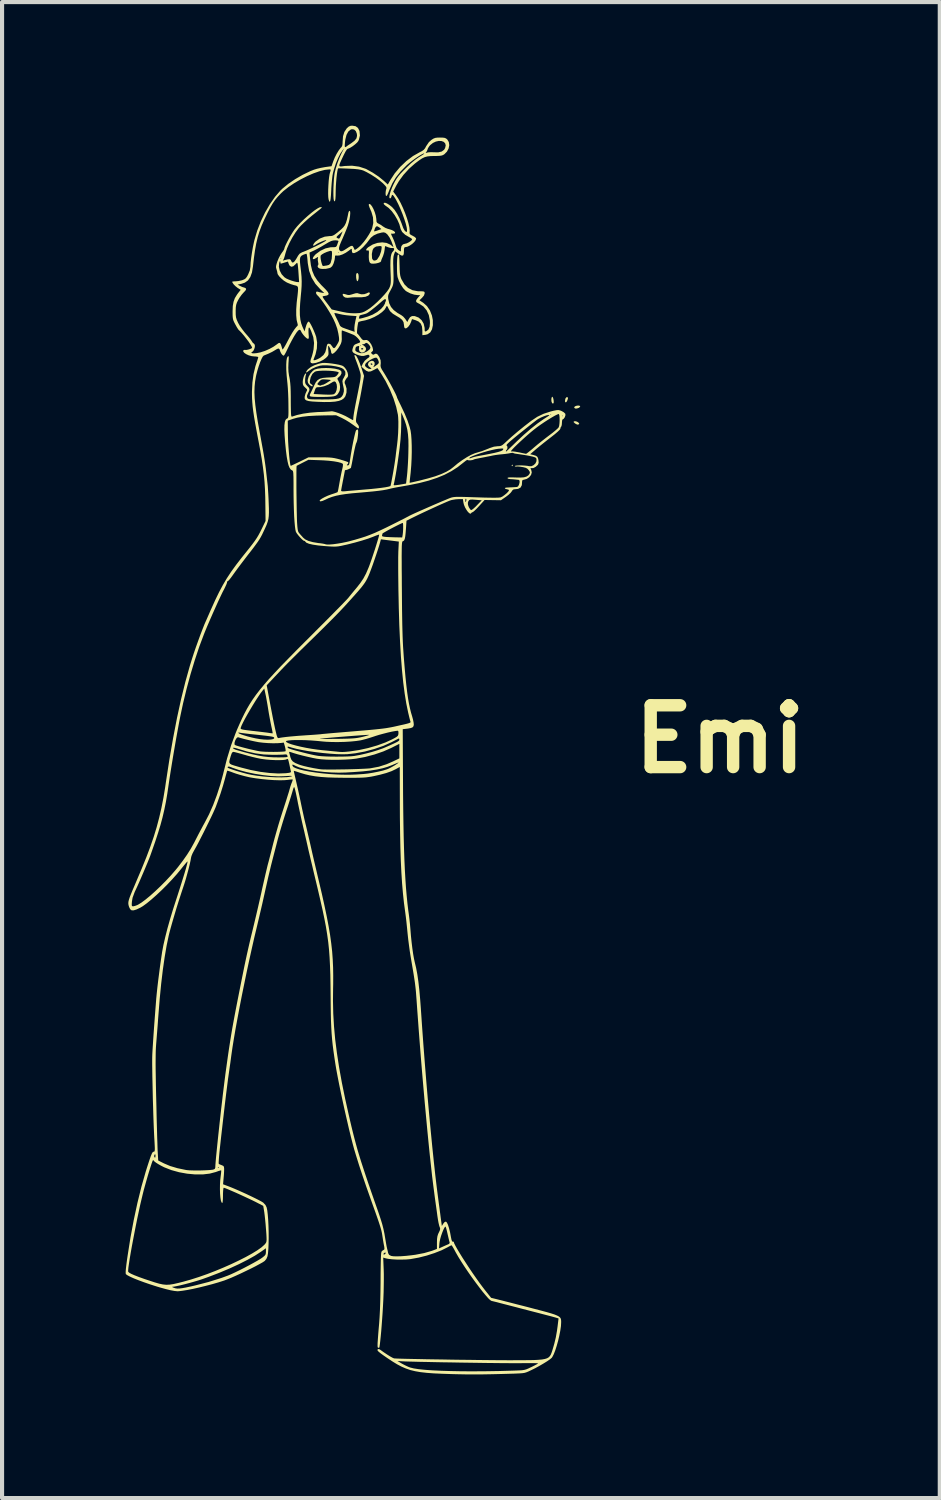
<source format=kicad_pcb>
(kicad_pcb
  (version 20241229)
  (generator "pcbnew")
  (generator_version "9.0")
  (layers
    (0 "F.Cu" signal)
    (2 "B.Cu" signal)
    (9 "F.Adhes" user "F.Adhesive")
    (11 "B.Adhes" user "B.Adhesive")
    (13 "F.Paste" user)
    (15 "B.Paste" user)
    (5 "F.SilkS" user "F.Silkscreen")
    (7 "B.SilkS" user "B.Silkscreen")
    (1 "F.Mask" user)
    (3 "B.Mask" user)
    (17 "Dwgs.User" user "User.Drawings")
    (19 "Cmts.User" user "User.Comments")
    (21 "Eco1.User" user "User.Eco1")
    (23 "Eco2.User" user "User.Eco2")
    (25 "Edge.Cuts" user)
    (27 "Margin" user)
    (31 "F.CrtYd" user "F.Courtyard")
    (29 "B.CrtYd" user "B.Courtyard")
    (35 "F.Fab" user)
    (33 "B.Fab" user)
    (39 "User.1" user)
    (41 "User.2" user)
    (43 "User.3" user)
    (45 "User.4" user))
  (footprint "Emi"
    (layer "F.Cu")
    (at 14.419 14.886)
    (property "Reference" "Emi" (at 0 0 0) (layer "F.SilkS") (effects (font (size 1.5 1.5) (thickness 0.3))))
    (attr board_only exclude_from_pos_files exclude_from_bom)
    (fp_poly (pts (xy -5.024 -6.647) (xy -5.024 -6.643) (xy -5.038 -6.625) (xy -5.044 -6.624) (xy -5.055 -6.636) (xy -5.052 -6.643) (xy -5.035 -6.661) (xy -5.032 -6.662)) (stroke (width 0) (type solid)) (fill yes) (layer "F.SilkS"))
    (fp_poly (pts (xy -3.689 -8.292) (xy -3.687 -8.265) (xy -3.703 -8.217) (xy -3.724 -8.18) (xy -3.745 -8.171) (xy -3.758 -8.191) (xy -3.759 -8.205) (xy -3.75 -8.261) (xy -3.727 -8.294) (xy -3.71 -8.299)) (stroke (width 0) (type solid)) (fill yes) (layer "F.SilkS"))
    (fp_poly (pts (xy -3.458 -7.699) (xy -3.426 -7.676) (xy -3.413 -7.653) (xy -3.415 -7.647) (xy -3.444 -7.63) (xy -3.489 -7.644) (xy -3.52 -7.665) (xy -3.548 -7.691) (xy -3.548 -7.705) (xy -3.531 -7.714) (xy -3.497 -7.714)) (stroke (width 0) (type solid)) (fill yes) (layer "F.SilkS"))
    (fp_poly (pts (xy -3.394 -8.086) (xy -3.391 -8.066) (xy -3.421 -8.04) (xy -3.423 -8.039) (xy -3.47 -8.023) (xy -3.511 -8.023) (xy -3.534 -8.039) (xy -3.536 -8.046) (xy -3.519 -8.075) (xy -3.471 -8.092) (xy -3.432 -8.095)) (stroke (width 0) (type solid)) (fill yes) (layer "F.SilkS"))
    (fp_poly (pts (xy -8.785 -11.305) (xy -8.771 -11.279) (xy -8.765 -11.232) (xy -8.767 -11.178) (xy -8.776 -11.138) (xy -8.793 -11.111) (xy -8.808 -11.12) (xy -8.821 -11.163) (xy -8.826 -11.197) (xy -8.828 -11.266) (xy -8.817 -11.304) (xy -8.793 -11.31)) (stroke (width 0) (type solid)) (fill yes) (layer "F.SilkS"))
    (fp_poly (pts (xy -4.052 -8.292) (xy -4.04 -8.253) (xy -4.033 -8.206) (xy -4.033 -8.165) (xy -4.038 -8.15) (xy -4.057 -8.143) (xy -4.073 -8.158) (xy -4.086 -8.19) (xy -4.09 -8.235) (xy -4.086 -8.278) (xy -4.074 -8.305) (xy -4.066 -8.308)) (stroke (width 0) (type solid)) (fill yes) (layer "F.SilkS"))
    (fp_poly (pts (xy -8.498 -10.835) (xy -8.495 -10.809) (xy -8.496 -10.805) (xy -8.532 -10.762) (xy -8.6 -10.734) (xy -8.698 -10.722) (xy -8.759 -10.722) (xy -8.84 -10.723) (xy -8.918 -10.72) (xy -8.976 -10.714) (xy -8.978 -10.714) (xy -9.037 -10.709) (xy -9.088 -10.716) (xy -9.095 -10.718) (xy -9.132 -10.743) (xy -9.153 -10.776) (xy -9.151 -10.803) (xy -9.15 -10.804) (xy -9.127 -10.805) (xy -9.085 -10.795) (xy -9.073 -10.791) (xy -9.028 -10.778) (xy -8.986 -10.778) (xy -8.931 -10.792) (xy -8.906 -10.8) (xy -8.841 -10.819) (xy -8.798 -10.823) (xy -8.768 -10.813) (xy -8.704 -10.795) (xy -8.632 -10.797) (xy -8.57 -10.818) (xy -8.564 -10.822) (xy -8.524 -10.84)) (stroke (width 0) (type solid)) (fill yes) (layer "F.SilkS"))
    (fp_poly (pts (xy -9.511 -9.125) (xy -9.419 -9.115) (xy -9.327 -9.101) (xy -9.242 -9.085) (xy -9.177 -9.067) (xy -9.143 -9.053) (xy -9.097 -9.01) (xy -9.059 -8.953) (xy -9.033 -8.891) (xy -9.022 -8.833) (xy -9.03 -8.789) (xy -9.044 -8.774) (xy -9.065 -8.75) (xy -9.09 -8.709) (xy -9.09 -8.709) (xy -9.106 -8.67) (xy -9.104 -8.635) (xy -9.085 -8.594) (xy -9.059 -8.505) (xy -9.061 -8.408) (xy -9.088 -8.321) (xy -9.123 -8.272) (xy -9.174 -8.235) (xy -9.245 -8.208) (xy -9.338 -8.19) (xy -9.458 -8.181) (xy -9.608 -8.18) (xy -9.773 -8.186) (xy -9.891 -8.193) (xy -9.975 -8.203) (xy -10.032 -8.219) (xy -10.064 -8.241) (xy -10.077 -8.273) (xy -10.074 -8.316) (xy -10.073 -8.322) (xy -10.056 -8.383) (xy -10.033 -8.433) (xy -10.017 -8.466) (xy -10.02 -8.489) (xy -10.047 -8.517) (xy -10.064 -8.532) (xy -10.102 -8.571) (xy -10.119 -8.612) (xy -10.123 -8.666) (xy -10.117 -8.726) (xy -10.101 -8.788) (xy -10.08 -8.84) (xy -10.057 -8.871) (xy -10.046 -8.876) (xy -10.038 -8.863) (xy -10.045 -8.843) (xy -10.055 -8.806) (xy -10.063 -8.749) (xy -10.065 -8.718) (xy -10.065 -8.658) (xy -10.053 -8.618) (xy -10.023 -8.581) (xy -10.012 -8.57) (xy -9.974 -8.529) (xy -9.959 -8.493) (xy -9.966 -8.452) (xy -9.994 -8.394) (xy -10.017 -8.341) (xy -10.02 -8.304) (xy -10.012 -8.282) (xy -10.003 -8.268) (xy -9.989 -8.258) (xy -9.965 -8.251) (xy -9.925 -8.247) (xy -9.865 -8.245) (xy -9.778 -8.244) (xy -9.66 -8.243) (xy -9.647 -8.243) (xy -9.504 -8.244) (xy -9.392 -8.248) (xy -9.309 -8.255) (xy -9.248 -8.268) (xy -9.205 -8.286) (xy -9.175 -8.313) (xy -9.153 -8.347) (xy -9.143 -8.367) (xy -9.125 -8.436) (xy -9.125 -8.494) (xy -9.136 -8.55) (xy -9.15 -8.616) (xy -9.152 -8.629) (xy -9.16 -8.685) (xy -9.15 -8.728) (xy -9.123 -8.775) (xy -9.088 -8.849) (xy -9.089 -8.915) (xy -9.126 -8.97) (xy -9.169 -9.001) (xy -9.235 -9.026) (xy -9.326 -9.047) (xy -9.43 -9.063) (xy -9.536 -9.071) (xy -9.632 -9.071) (xy -9.701 -9.063) (xy -9.802 -9.032) (xy -9.899 -8.987) (xy -9.977 -8.936) (xy -9.988 -8.927) (xy -10.024 -8.9) (xy -10.04 -8.9) (xy -10.037 -8.92) (xy -10.012 -8.957) (xy -9.994 -8.977) (xy -9.926 -9.029) (xy -9.834 -9.075) (xy -9.73 -9.111) (xy -9.648 -9.128) (xy -9.59 -9.13)) (stroke (width 0) (type solid)) (fill yes) (layer "F.SilkS"))
    (fp_poly (pts (xy -9.444 -9.002) (xy -9.339 -8.989) (xy -9.252 -8.968) (xy -9.215 -8.953) (xy -9.184 -8.919) (xy -9.183 -8.873) (xy -9.209 -8.823) (xy -9.238 -8.794) (xy -9.273 -8.764) (xy -9.282 -8.742) (xy -9.269 -8.714) (xy -9.261 -8.702) (xy -9.229 -8.63) (xy -9.216 -8.547) (xy -9.223 -8.47) (xy -9.235 -8.437) (xy -9.261 -8.391) (xy -9.287 -8.357) (xy -9.321 -8.334) (xy -9.368 -8.319) (xy -9.434 -8.311) (xy -9.526 -8.306) (xy -9.627 -8.304) (xy -9.727 -8.304) (xy -9.816 -8.305) (xy -9.885 -8.309) (xy -9.928 -8.314) (xy -9.937 -8.317) (xy -9.953 -8.333) (xy -9.951 -8.357) (xy -9.943 -8.375) (xy -9.859 -8.375) (xy -9.745 -8.369) (xy -9.609 -8.362) (xy -9.507 -8.359) (xy -9.433 -8.36) (xy -9.385 -8.366) (xy -9.36 -8.373) (xy -9.324 -8.412) (xy -9.301 -8.472) (xy -9.292 -8.543) (xy -9.299 -8.61) (xy -9.322 -8.662) (xy -9.332 -8.671) (xy -9.357 -8.682) (xy -9.391 -8.669) (xy -9.413 -8.655) (xy -9.503 -8.602) (xy -9.602 -8.563) (xy -9.695 -8.543) (xy -9.723 -8.541) (xy -9.772 -8.539) (xy -9.8 -8.527) (xy -9.818 -8.495) (xy -9.831 -8.458) (xy -9.859 -8.375) (xy -9.943 -8.375) (xy -9.933 -8.396) (xy -9.909 -8.444) (xy -9.877 -8.512) (xy -9.844 -8.584) (xy -9.844 -8.584) (xy -9.827 -8.617) (xy -9.769 -8.617) (xy -9.755 -8.601) (xy -9.723 -8.586) (xy -9.692 -8.579) (xy -9.679 -8.583) (xy -9.658 -8.596) (xy -9.646 -8.597) (xy -9.626 -8.6) (xy -9.597 -8.613) (xy -9.552 -8.638) (xy -9.484 -8.681) (xy -9.472 -8.688) (xy -9.448 -8.704) (xy -9.445 -8.714) (xy -9.467 -8.72) (xy -9.519 -8.725) (xy -9.546 -8.727) (xy -9.612 -8.731) (xy -9.654 -8.728) (xy -9.684 -8.715) (xy -9.713 -8.688) (xy -9.718 -8.682) (xy -9.75 -8.645) (xy -9.768 -8.62) (xy -9.769 -8.617) (xy -9.827 -8.617) (xy -9.805 -8.659) (xy -9.763 -8.711) (xy -9.709 -8.745) (xy -9.637 -8.765) (xy -9.539 -8.774) (xy -9.49 -8.776) (xy -9.411 -8.78) (xy -9.36 -8.786) (xy -9.327 -8.798) (xy -9.302 -8.817) (xy -9.29 -8.83) (xy -9.262 -8.867) (xy -9.248 -8.893) (xy -9.248 -8.895) (xy -9.266 -8.909) (xy -9.312 -8.921) (xy -9.381 -8.931) (xy -9.464 -8.938) (xy -9.554 -8.941) (xy -9.643 -8.941) (xy -9.724 -8.937) (xy -9.788 -8.929) (xy -9.828 -8.916) (xy -9.887 -8.864) (xy -9.929 -8.783) (xy -9.945 -8.715) (xy -9.951 -8.663) (xy -9.943 -8.635) (xy -9.919 -8.616) (xy -9.889 -8.593) (xy -9.881 -8.578) (xy -9.892 -8.56) (xy -9.921 -8.569) (xy -9.963 -8.603) (xy -9.965 -8.605) (xy -9.995 -8.645) (xy -10.003 -8.691) (xy -10.001 -8.721) (xy -9.979 -8.796) (xy -9.935 -8.873) (xy -9.879 -8.936) (xy -9.834 -8.968) (xy -9.763 -8.99) (xy -9.667 -9.002) (xy -9.557 -9.006)) (stroke (width 0) (type solid)) (fill yes) (layer "F.SilkS"))
    (fp_poly (pts (xy -8.839 -14.873) (xy -8.783 -14.832) (xy -8.747 -14.761) (xy -8.745 -14.754) (xy -8.735 -14.647) (xy -8.762 -14.54) (xy -8.775 -14.513) (xy -8.803 -14.477) (xy -8.852 -14.433) (xy -8.909 -14.389) (xy -8.966 -14.353) (xy -9.012 -14.331) (xy -9.027 -14.328) (xy -9.05 -14.311) (xy -9.084 -14.259) (xy -9.127 -14.176) (xy -9.141 -14.147) (xy -9.188 -14.047) (xy -9.219 -13.977) (xy -9.234 -13.932) (xy -9.233 -13.907) (xy -9.214 -13.897) (xy -9.177 -13.898) (xy -9.121 -13.906) (xy -9.106 -13.908) (xy -8.927 -13.915) (xy -8.755 -13.892) (xy -8.599 -13.841) (xy -8.573 -13.829) (xy -8.422 -13.745) (xy -8.277 -13.648) (xy -8.155 -13.548) (xy -8.146 -13.54) (xy -8.058 -13.458) (xy -7.999 -13.563) (xy -7.891 -13.728) (xy -7.758 -13.886) (xy -7.607 -14.029) (xy -7.447 -14.15) (xy -7.314 -14.225) (xy -7.14 -14.225) (xy -7.128 -14.225) (xy -7.105 -14.233) (xy -7.061 -14.241) (xy -6.996 -14.243) (xy -6.946 -14.241) (xy -6.834 -14.239) (xy -6.75 -14.259) (xy -6.693 -14.301) (xy -6.668 -14.343) (xy -6.653 -14.409) (xy -6.667 -14.459) (xy -6.704 -14.495) (xy -6.758 -14.514) (xy -6.823 -14.516) (xy -6.894 -14.5) (xy -6.964 -14.467) (xy -7.029 -14.415) (xy -7.057 -14.382) (xy -7.084 -14.339) (xy -7.096 -14.305) (xy -7.111 -14.267) (xy -7.126 -14.246) (xy -7.14 -14.225) (xy -7.314 -14.225) (xy -7.297 -14.235) (xy -7.229 -14.27) (xy -7.186 -14.301) (xy -7.155 -14.338) (xy -7.127 -14.39) (xy -7.061 -14.487) (xy -7 -14.541) (xy -6.95 -14.573) (xy -6.905 -14.59) (xy -6.85 -14.597) (xy -6.791 -14.598) (xy -6.719 -14.596) (xy -6.673 -14.589) (xy -6.641 -14.573) (xy -6.615 -14.551) (xy -6.578 -14.489) (xy -6.567 -14.413) (xy -6.583 -14.333) (xy -6.623 -14.257) (xy -6.685 -14.194) (xy -6.687 -14.193) (xy -6.719 -14.173) (xy -6.755 -14.161) (xy -6.804 -14.154) (xy -6.876 -14.151) (xy -6.932 -14.151) (xy -7.025 -14.148) (xy -7.099 -14.14) (xy -7.163 -14.123) (xy -7.227 -14.092) (xy -7.299 -14.044) (xy -7.389 -13.976) (xy -7.403 -13.965) (xy -7.545 -13.839) (xy -7.677 -13.694) (xy -7.789 -13.541) (xy -7.852 -13.435) (xy -7.928 -13.288) (xy -7.861 -13.2) (xy -7.804 -13.115) (xy -7.746 -13.009) (xy -7.69 -12.889) (xy -7.638 -12.763) (xy -7.593 -12.638) (xy -7.558 -12.521) (xy -7.535 -12.419) (xy -7.527 -12.339) (xy -7.529 -12.314) (xy -7.531 -12.276) (xy -7.519 -12.251) (xy -7.484 -12.229) (xy -7.458 -12.216) (xy -7.409 -12.188) (xy -7.378 -12.16) (xy -7.372 -12.149) (xy -7.382 -12.11) (xy -7.417 -12.063) (xy -7.469 -12.015) (xy -7.528 -11.975) (xy -7.587 -11.948) (xy -7.617 -11.942) (xy -7.646 -11.937) (xy -7.66 -11.922) (xy -7.666 -11.887) (xy -7.667 -11.839) (xy -7.671 -11.771) (xy -7.688 -11.736) (xy -7.721 -11.733) (xy -7.774 -11.761) (xy -7.799 -11.778) (xy -7.879 -11.837) (xy -7.906 -11.766) (xy -7.92 -11.713) (xy -7.927 -11.641) (xy -7.928 -11.541) (xy -7.926 -11.49) (xy -7.922 -11.349) (xy -7.919 -11.24) (xy -7.919 -11.156) (xy -7.922 -11.091) (xy -7.928 -11.042) (xy -7.939 -11.001) (xy -7.955 -10.962) (xy -7.976 -10.921) (xy -7.989 -10.896) (xy -8.026 -10.827) (xy -8.046 -10.778) (xy -8.052 -10.737) (xy -8.049 -10.691) (xy -8.048 -10.682) (xy -8.024 -10.576) (xy -7.981 -10.488) (xy -7.916 -10.412) (xy -7.823 -10.342) (xy -7.732 -10.289) (xy -7.685 -10.254) (xy -7.64 -10.203) (xy -7.63 -10.19) (xy -7.585 -10.121) (xy -7.556 -10.181) (xy -7.518 -10.239) (xy -7.472 -10.266) (xy -7.409 -10.266) (xy -7.4 -10.264) (xy -7.311 -10.23) (xy -7.239 -10.167) (xy -7.188 -10.082) (xy -7.165 -9.981) (xy -7.164 -9.956) (xy -7.163 -9.909) (xy -7.154 -9.892) (xy -7.132 -9.897) (xy -7.119 -9.902) (xy -7.072 -9.941) (xy -7.044 -10.006) (xy -7.036 -10.1) (xy -7.038 -10.156) (xy -7.063 -10.289) (xy -7.116 -10.405) (xy -7.195 -10.499) (xy -7.295 -10.565) (xy -7.308 -10.571) (xy -7.358 -10.599) (xy -7.375 -10.63) (xy -7.359 -10.67) (xy -7.329 -10.709) (xy -7.272 -10.774) (xy -7.326 -10.774) (xy -7.416 -10.786) (xy -7.513 -10.817) (xy -7.6 -10.862) (xy -7.631 -10.884) (xy -7.687 -10.944) (xy -7.742 -11.028) (xy -7.789 -11.12) (xy -7.82 -11.209) (xy -7.824 -11.23) (xy -7.831 -11.286) (xy -7.835 -11.361) (xy -7.836 -11.448) (xy -7.836 -11.537) (xy -7.833 -11.62) (xy -7.828 -11.689) (xy -7.822 -11.735) (xy -7.816 -11.748) (xy -7.794 -11.76) (xy -7.788 -11.758) (xy -7.784 -11.737) (xy -7.78 -11.685) (xy -7.776 -11.611) (xy -7.774 -11.521) (xy -7.773 -11.498) (xy -7.77 -11.391) (xy -7.765 -11.311) (xy -7.757 -11.252) (xy -7.745 -11.205) (xy -7.728 -11.16) (xy -7.725 -11.156) (xy -7.655 -11.036) (xy -7.567 -10.949) (xy -7.46 -10.894) (xy -7.333 -10.869) (xy -7.29 -10.868) (xy -7.223 -10.867) (xy -7.186 -10.862) (xy -7.169 -10.851) (xy -7.164 -10.83) (xy -7.164 -10.818) (xy -7.181 -10.765) (xy -7.228 -10.709) (xy -7.291 -10.649) (xy -7.195 -10.586) (xy -7.108 -10.508) (xy -7.037 -10.404) (xy -6.988 -10.281) (xy -6.966 -10.169) (xy -6.965 -10.044) (xy -6.986 -9.944) (xy -7.029 -9.87) (xy -7.093 -9.825) (xy -7.141 -9.812) (xy -7.22 -9.802) (xy -7.22 -9.911) (xy -7.229 -10.011) (xy -7.258 -10.083) (xy -7.311 -10.133) (xy -7.38 -10.164) (xy -7.471 -10.193) (xy -7.495 -10.122) (xy -7.525 -10.058) (xy -7.563 -10.006) (xy -7.603 -9.973) (xy -7.637 -9.967) (xy -7.638 -9.967) (xy -7.659 -9.992) (xy -7.666 -10.049) (xy -7.667 -10.056) (xy -7.677 -10.119) (xy -7.71 -10.173) (xy -7.772 -10.224) (xy -7.834 -10.261) (xy -7.936 -10.323) (xy -8.004 -10.385) (xy -8.041 -10.448) (xy -8.064 -10.498) (xy -8.083 -10.511) (xy -8.1 -10.488) (xy -8.103 -10.478) (xy -8.137 -10.421) (xy -8.2 -10.361) (xy -8.284 -10.3) (xy -8.383 -10.245) (xy -8.49 -10.198) (xy -8.596 -10.165) (xy -8.637 -10.156) (xy -8.7 -10.144) (xy -8.748 -10.131) (xy -8.77 -10.123) (xy -8.779 -10.1) (xy -8.788 -10.054) (xy -8.797 -9.995) (xy -8.803 -9.934) (xy -8.806 -9.882) (xy -8.804 -9.849) (xy -8.801 -9.844) (xy -8.785 -9.83) (xy -8.755 -9.794) (xy -8.728 -9.758) (xy -8.69 -9.709) (xy -8.662 -9.685) (xy -8.633 -9.68) (xy -8.611 -9.684) (xy -8.569 -9.686) (xy -8.533 -9.667) (xy -8.502 -9.637) (xy -8.461 -9.58) (xy -8.431 -9.513) (xy -8.428 -9.503) (xy -8.417 -9.453) (xy -8.42 -9.424) (xy -8.44 -9.403) (xy -8.441 -9.403) (xy -8.464 -9.381) (xy -8.457 -9.361) (xy -8.443 -9.347) (xy -8.415 -9.327) (xy -8.388 -9.337) (xy -8.384 -9.34) (xy -8.347 -9.356) (xy -8.31 -9.338) (xy -8.272 -9.286) (xy -8.261 -9.264) (xy -8.233 -9.194) (xy -8.229 -9.125) (xy -8.231 -9.107) (xy -8.235 -9.06) (xy -8.227 -9.019) (xy -8.204 -8.971) (xy -8.172 -8.92) (xy -8.121 -8.838) (xy -8.066 -8.744) (xy -8.01 -8.646) (xy -7.957 -8.548) (xy -7.91 -8.458) (xy -7.871 -8.381) (xy -7.845 -8.323) (xy -7.834 -8.29) (xy -7.834 -8.288) (xy -7.826 -8.269) (xy -7.805 -8.224) (xy -7.774 -8.16) (xy -7.748 -8.108) (xy -7.651 -7.903) (xy -7.578 -7.726) (xy -7.527 -7.572) (xy -7.505 -7.483) (xy -7.492 -7.389) (xy -7.483 -7.267) (xy -7.478 -7.123) (xy -7.477 -6.967) (xy -7.481 -6.805) (xy -7.489 -6.647) (xy -7.501 -6.5) (xy -7.504 -6.466) (xy -7.514 -6.376) (xy -7.522 -6.301) (xy -7.527 -6.247) (xy -7.529 -6.222) (xy -7.529 -6.221) (xy -7.511 -6.223) (xy -7.463 -6.233) (xy -7.394 -6.249) (xy -7.308 -6.269) (xy -7.295 -6.272) (xy -7.085 -6.326) (xy -6.908 -6.378) (xy -6.761 -6.432) (xy -6.64 -6.487) (xy -6.54 -6.546) (xy -6.465 -6.604) (xy -6.362 -6.69) (xy -6.251 -6.771) (xy -6.185 -6.813) (xy -6.081 -6.813) (xy -6.062 -6.814) (xy -6.02 -6.829) (xy -5.987 -6.84) (xy -5.949 -6.851) (xy -5.898 -6.863) (xy -5.824 -6.877) (xy -5.741 -6.892) (xy -5.586 -6.922) (xy -5.466 -6.947) (xy -5.377 -6.969) (xy -5.33 -6.984) (xy -5.193 -6.984) (xy -5.187 -6.978) (xy -5.182 -6.982) (xy -5.072 -6.982) (xy -5.068 -6.982) (xy -5.032 -6.983) (xy -4.972 -6.976) (xy -4.897 -6.963) (xy -4.873 -6.959) (xy -4.8 -6.943) (xy -4.742 -6.931) (xy -4.708 -6.924) (xy -4.703 -6.924) (xy -4.684 -6.935) (xy -4.643 -6.966) (xy -4.586 -7.012) (xy -4.519 -7.069) (xy -4.516 -7.072) (xy -4.431 -7.144) (xy -4.328 -7.227) (xy -4.222 -7.31) (xy -4.138 -7.374) (xy -4.06 -7.433) (xy -3.993 -7.488) (xy -3.941 -7.534) (xy -3.913 -7.565) (xy -3.91 -7.57) (xy -3.899 -7.609) (xy -3.892 -7.668) (xy -3.889 -7.734) (xy -3.89 -7.8) (xy -3.894 -7.843) (xy -3.833 -7.843) (xy -3.824 -7.834) (xy -3.815 -7.843) (xy -3.824 -7.853) (xy -3.833 -7.843) (xy -3.894 -7.843) (xy -3.895 -7.853) (xy -3.905 -7.885) (xy -3.911 -7.89) (xy -3.944 -7.879) (xy -4.001 -7.851) (xy -4.076 -7.808) (xy -4.163 -7.755) (xy -4.256 -7.695) (xy -4.349 -7.632) (xy -4.436 -7.57) (xy -4.51 -7.512) (xy -4.512 -7.511) (xy -4.591 -7.446) (xy -4.675 -7.373) (xy -4.76 -7.297) (xy -4.842 -7.222) (xy -4.917 -7.151) (xy -4.982 -7.088) (xy -5.032 -7.036) (xy -5.063 -7) (xy -5.072 -6.982) (xy -5.182 -6.982) (xy -5.173 -6.99) (xy -5.136 -7.025) (xy -5.082 -7.077) (xy -5.013 -7.143) (xy -4.934 -7.22) (xy -4.931 -7.223) (xy -4.76 -7.383) (xy -4.589 -7.531) (xy -4.425 -7.661) (xy -4.274 -7.767) (xy -4.227 -7.797) (xy -4.177 -7.829) (xy -4.145 -7.854) (xy -4.138 -7.865) (xy -4.162 -7.867) (xy -4.21 -7.856) (xy -4.272 -7.834) (xy -4.338 -7.806) (xy -4.398 -7.775) (xy -4.429 -7.756) (xy -4.477 -7.72) (xy -4.547 -7.666) (xy -4.633 -7.598) (xy -4.728 -7.522) (xy -4.827 -7.443) (xy -4.922 -7.366) (xy -5.008 -7.295) (xy -5.077 -7.237) (xy -5.117 -7.202) (xy -5.157 -7.164) (xy -5.179 -7.137) (xy -5.178 -7.127) (xy -5.161 -7.112) (xy -5.155 -7.078) (xy -5.16 -7.042) (xy -5.173 -7.025) (xy -5.188 -7.005) (xy -5.193 -6.984) (xy -5.33 -6.984) (xy -5.315 -6.989) (xy -5.277 -7.007) (xy -5.263 -7.022) (xy -5.255 -7.04) (xy -5.26 -7.05) (xy -5.286 -7.053) (xy -5.338 -7.049) (xy -5.377 -7.046) (xy -5.446 -7.035) (xy -5.533 -7.016) (xy -5.633 -6.991) (xy -5.736 -6.961) (xy -5.837 -6.929) (xy -5.929 -6.897) (xy -6.005 -6.867) (xy -6.057 -6.842) (xy -6.078 -6.826) (xy -6.081 -6.813) (xy -6.185 -6.813) (xy -6.14 -6.842) (xy -6.038 -6.898) (xy -5.952 -6.935) (xy -5.93 -6.942) (xy -5.773 -6.989) (xy -5.619 -7.049) (xy -5.594 -7.06) (xy -5.483 -7.097) (xy -5.392 -7.108) (xy -5.347 -7.11) (xy -5.311 -7.118) (xy -5.276 -7.137) (xy -5.233 -7.173) (xy -5.176 -7.226) (xy -5.053 -7.338) (xy -4.908 -7.462) (xy -4.749 -7.591) (xy -4.584 -7.719) (xy -4.576 -7.725) (xy -4.431 -7.822) (xy -4.308 -7.881) (xy -4.112 -7.881) (xy -4.103 -7.871) (xy -4.094 -7.881) (xy -4.103 -7.89) (xy -4.112 -7.881) (xy -4.308 -7.881) (xy -4.276 -7.896) (xy -4.102 -7.952) (xy -4.029 -7.97) (xy -3.963 -7.983) (xy -3.917 -7.986) (xy -3.876 -7.976) (xy -3.839 -7.961) (xy -3.789 -7.932) (xy -3.755 -7.9) (xy -3.749 -7.889) (xy -3.75 -7.85) (xy -3.767 -7.806) (xy -3.793 -7.771) (xy -3.815 -7.76) (xy -3.826 -7.743) (xy -3.832 -7.701) (xy -3.833 -7.677) (xy -3.837 -7.624) (xy -3.847 -7.589) (xy -3.852 -7.583) (xy -3.868 -7.556) (xy -3.87 -7.536) (xy -3.886 -7.508) (xy -3.933 -7.462) (xy -4.009 -7.397) (xy -4.089 -7.334) (xy -4.183 -7.261) (xy -4.282 -7.183) (xy -4.375 -7.108) (xy -4.45 -7.046) (xy -4.456 -7.041) (xy -4.604 -6.914) (xy -4.526 -6.895) (xy -4.465 -6.876) (xy -4.429 -6.85) (xy -4.411 -6.808) (xy -4.402 -6.763) (xy -4.398 -6.705) (xy -4.412 -6.664) (xy -4.423 -6.65) (xy -4.472 -6.606) (xy -4.524 -6.579) (xy -4.566 -6.575) (xy -4.57 -6.576) (xy -4.592 -6.58) (xy -4.592 -6.561) (xy -4.578 -6.532) (xy -4.565 -6.472) (xy -4.582 -6.412) (xy -4.625 -6.357) (xy -4.686 -6.315) (xy -4.762 -6.293) (xy -4.779 -6.291) (xy -4.797 -6.274) (xy -4.8 -6.248) (xy -4.806 -6.163) (xy -4.837 -6.105) (xy -4.896 -6.073) (xy -4.953 -6.066) (xy -5.004 -6.061) (xy -5.034 -6.039) (xy -5.051 -6.012) (xy -5.08 -5.975) (xy -5.13 -5.928) (xy -5.191 -5.881) (xy -5.196 -5.878) (xy -5.313 -5.797) (xy -5.511 -5.8) (xy -5.71 -5.803) (xy -5.843 -5.656) (xy -5.9 -5.595) (xy -5.95 -5.546) (xy -5.986 -5.516) (xy -6.001 -5.508) (xy -6.029 -5.494) (xy -6.033 -5.486) (xy -6.051 -5.469) (xy -6.079 -5.481) (xy -6.114 -5.514) (xy -6.15 -5.564) (xy -6.184 -5.623) (xy -6.21 -5.686) (xy -6.222 -5.734) (xy -6.116 -5.734) (xy -6.113 -5.687) (xy -6.093 -5.63) (xy -6.061 -5.579) (xy -6.04 -5.559) (xy -6.018 -5.565) (xy -5.977 -5.596) (xy -5.923 -5.646) (xy -5.899 -5.671) (xy -5.778 -5.796) (xy -5.927 -5.808) (xy -6.006 -5.814) (xy -6.056 -5.812) (xy -6.086 -5.799) (xy -6.104 -5.772) (xy -6.116 -5.734) (xy -6.222 -5.734) (xy -6.223 -5.741) (xy -6.232 -5.798) (xy -6.178 -5.798) (xy -6.175 -5.758) (xy -6.166 -5.754) (xy -6.154 -5.787) (xy -6.154 -5.787) (xy -6.153 -5.822) (xy -6.161 -5.835) (xy -6.173 -5.827) (xy -6.178 -5.798) (xy -6.232 -5.798) (xy -6.236 -5.824) (xy -6.333 -5.824) (xy -6.413 -5.819) (xy -6.497 -5.805) (xy -6.523 -5.799) (xy -6.565 -5.784) (xy -6.635 -5.755) (xy -6.728 -5.714) (xy -6.839 -5.665) (xy -6.961 -5.609) (xy -7.091 -5.549) (xy -7.222 -5.488) (xy -7.349 -5.427) (xy -7.468 -5.369) (xy -7.492 -5.357) (xy -7.605 -5.3) (xy -7.617 -5.119) (xy -7.626 -5.003) (xy -7.635 -4.92) (xy -7.646 -4.863) (xy -7.66 -4.828) (xy -7.677 -4.81) (xy -7.69 -4.805) (xy -7.697 -4.802) (xy -7.703 -4.796) (xy -7.708 -4.784) (xy -7.713 -4.763) (xy -7.716 -4.731) (xy -7.719 -4.684) (xy -7.72 -4.621) (xy -7.721 -4.537) (xy -7.722 -4.432) (xy -7.721 -4.301) (xy -7.721 -4.141) (xy -7.719 -3.952) (xy -7.718 -3.728) (xy -7.717 -3.64) (xy -7.715 -3.38) (xy -7.713 -3.153) (xy -7.71 -2.955) (xy -7.707 -2.782) (xy -7.703 -2.628) (xy -7.699 -2.49) (xy -7.694 -2.364) (xy -7.688 -2.245) (xy -7.68 -2.129) (xy -7.672 -2.012) (xy -7.67 -1.982) (xy -7.649 -1.726) (xy -7.629 -1.503) (xy -7.609 -1.31) (xy -7.589 -1.142) (xy -7.568 -0.996) (xy -7.546 -0.867) (xy -7.522 -0.752) (xy -7.496 -0.647) (xy -7.468 -0.553) (xy -7.447 -0.476) (xy -7.433 -0.406) (xy -7.428 -0.355) (xy -7.428 -0.348) (xy -7.436 -0.312) (xy -7.457 -0.287) (xy -7.497 -0.27) (xy -7.564 -0.257) (xy -7.612 -0.251) (xy -7.696 -0.241) (xy -7.69 0.926) (xy -7.688 1.337) (xy -7.684 1.713) (xy -7.679 2.056) (xy -7.673 2.371) (xy -7.665 2.659) (xy -7.656 2.923) (xy -7.645 3.166) (xy -7.632 3.39) (xy -7.618 3.599) (xy -7.601 3.793) (xy -7.583 3.978) (xy -7.562 4.154) (xy -7.547 4.261) (xy -7.534 4.367) (xy -7.521 4.482) (xy -7.512 4.588) (xy -7.509 4.624) (xy -7.497 4.774) (xy -7.481 4.927) (xy -7.463 5.075) (xy -7.444 5.21) (xy -7.424 5.323) (xy -7.406 5.406) (xy -7.372 5.549) (xy -7.342 5.708) (xy -7.316 5.889) (xy -7.293 6.094) (xy -7.272 6.33) (xy -7.257 6.533) (xy -7.227 6.971) (xy -7.195 7.412) (xy -7.161 7.851) (xy -7.126 8.286) (xy -7.09 8.712) (xy -7.053 9.126) (xy -7.015 9.525) (xy -6.978 9.904) (xy -6.941 10.26) (xy -6.905 10.59) (xy -6.869 10.89) (xy -6.836 11.146) (xy -6.82 11.269) (xy -6.803 11.393) (xy -6.788 11.506) (xy -6.776 11.6) (xy -6.769 11.652) (xy -6.747 11.814) (xy -6.713 11.758) (xy -6.68 11.719) (xy -6.649 11.708) (xy -6.648 11.708) (xy -6.625 11.73) (xy -6.599 11.784) (xy -6.573 11.866) (xy -6.547 11.971) (xy -6.529 12.07) (xy -6.514 12.143) (xy -6.5 12.183) (xy -6.485 12.195) (xy -6.482 12.194) (xy -6.46 12.196) (xy -6.457 12.204) (xy -6.447 12.237) (xy -6.417 12.296) (xy -6.372 12.377) (xy -6.313 12.475) (xy -6.244 12.587) (xy -6.166 12.707) (xy -6.084 12.833) (xy -5.999 12.959) (xy -5.914 13.081) (xy -5.833 13.195) (xy -5.757 13.297) (xy -5.708 13.361) (xy -5.552 13.557) (xy -5.358 13.605) (xy -5.285 13.623) (xy -5.184 13.649) (xy -5.062 13.68) (xy -4.927 13.715) (xy -4.785 13.751) (xy -4.68 13.778) (xy -4.486 13.829) (xy -4.325 13.871) (xy -4.194 13.906) (xy -4.089 13.937) (xy -4.009 13.963) (xy -3.949 13.988) (xy -3.906 14.011) (xy -3.879 14.034) (xy -3.862 14.06) (xy -3.855 14.088) (xy -3.852 14.121) (xy -3.852 14.154) (xy -3.857 14.246) (xy -3.873 14.356) (xy -3.897 14.477) (xy -3.926 14.602) (xy -3.96 14.723) (xy -3.995 14.833) (xy -4.031 14.925) (xy -4.065 14.991) (xy -4.081 15.014) (xy -4.124 15.05) (xy -4.192 15.097) (xy -4.281 15.152) (xy -4.381 15.21) (xy -4.486 15.267) (xy -4.579 15.313) (xy -4.642 15.343) (xy -4.693 15.364) (xy -4.739 15.378) (xy -4.792 15.386) (xy -4.859 15.391) (xy -4.951 15.395) (xy -4.996 15.397) (xy -5.274 15.405) (xy -5.523 15.411) (xy -5.75 15.415) (xy -5.965 15.416) (xy -6.173 15.415) (xy -6.385 15.411) (xy -6.504 15.408) (xy -6.737 15.4) (xy -6.939 15.391) (xy -7.113 15.378) (xy -7.263 15.361) (xy -7.396 15.338) (xy -7.515 15.309) (xy -7.624 15.271) (xy -7.73 15.225) (xy -7.837 15.168) (xy -7.948 15.1) (xy -7.963 15.09) (xy -7.825 15.09) (xy -7.713 15.156) (xy -7.641 15.194) (xy -7.567 15.229) (xy -7.518 15.248) (xy -7.43 15.27) (xy -7.307 15.289) (xy -7.152 15.305) (xy -6.967 15.318) (xy -6.754 15.328) (xy -6.517 15.335) (xy -6.257 15.34) (xy -5.977 15.341) (xy -5.679 15.339) (xy -5.366 15.334) (xy -5.04 15.325) (xy -4.978 15.323) (xy -4.878 15.319) (xy -4.805 15.315) (xy -4.75 15.307) (xy -4.701 15.294) (xy -4.65 15.273) (xy -4.585 15.242) (xy -4.573 15.237) (xy -4.504 15.202) (xy -4.449 15.173) (xy -4.416 15.153) (xy -4.41 15.148) (xy -4.428 15.145) (xy -4.477 15.143) (xy -4.553 15.142) (xy -4.65 15.142) (xy -4.763 15.143) (xy -4.806 15.143) (xy -4.886 15.144) (xy -4.998 15.144) (xy -5.135 15.143) (xy -5.296 15.142) (xy -5.475 15.14) (xy -5.669 15.138) (xy -5.873 15.135) (xy -6.085 15.132) (xy -6.299 15.129) (xy -6.512 15.125) (xy -6.72 15.122) (xy -6.919 15.118) (xy -7.104 15.114) (xy -7.273 15.111) (xy -7.421 15.107) (xy -7.544 15.104) (xy -7.638 15.101) (xy -7.699 15.098) (xy -7.704 15.098) (xy -7.825 15.09) (xy -7.963 15.09) (xy -8.07 15.019) (xy -8.076 15.015) (xy -8.171 14.949) (xy -8.238 14.9) (xy -8.282 14.864) (xy -8.305 14.839) (xy -8.31 14.821) (xy -8.303 14.808) (xy -8.277 14.799) (xy -8.247 14.814) (xy -8.159 14.877) (xy -8.074 14.934) (xy -7.999 14.981) (xy -7.941 15.013) (xy -7.907 15.027) (xy -7.878 15.029) (xy -7.815 15.032) (xy -7.722 15.035) (xy -7.601 15.038) (xy -7.458 15.041) (xy -7.294 15.044) (xy -7.113 15.048) (xy -6.92 15.051) (xy -6.717 15.054) (xy -6.507 15.058) (xy -6.295 15.061) (xy -6.083 15.063) (xy -5.875 15.066) (xy -5.674 15.068) (xy -5.485 15.07) (xy -5.31 15.071) (xy -5.152 15.072) (xy -5.043 15.072) (xy -4.837 15.071) (xy -4.664 15.07) (xy -4.522 15.068) (xy -4.408 15.062) (xy -4.317 15.054) (xy -4.246 15.041) (xy -4.193 15.024) (xy -4.154 15.001) (xy -4.125 14.971) (xy -4.103 14.935) (xy -4.085 14.89) (xy -4.069 14.844) (xy -4.019 14.674) (xy -3.982 14.52) (xy -3.954 14.362) (xy -3.939 14.254) (xy -3.915 14.058) (xy -3.991 14.035) (xy -4.03 14.024) (xy -4.099 14.005) (xy -4.192 13.981) (xy -4.303 13.952) (xy -4.425 13.92) (xy -4.503 13.9) (xy -4.646 13.863) (xy -4.797 13.824) (xy -4.945 13.785) (xy -5.08 13.75) (xy -5.192 13.721) (xy -5.22 13.714) (xy -5.32 13.688) (xy -5.41 13.664) (xy -5.484 13.646) (xy -5.533 13.634) (xy -5.545 13.631) (xy -5.576 13.611) (xy -5.625 13.564) (xy -5.687 13.493) (xy -5.761 13.404) (xy -5.843 13.298) (xy -5.93 13.182) (xy -6.02 13.058) (xy -6.109 12.931) (xy -6.195 12.804) (xy -6.274 12.682) (xy -6.344 12.569) (xy -6.402 12.468) (xy -6.414 12.447) (xy -6.451 12.377) (xy -6.483 12.322) (xy -6.505 12.289) (xy -6.511 12.282) (xy -6.532 12.29) (xy -6.574 12.312) (xy -6.606 12.33) (xy -6.752 12.403) (xy -6.925 12.471) (xy -7.113 12.532) (xy -7.306 12.581) (xy -7.493 12.615) (xy -7.512 12.618) (xy -7.611 12.627) (xy -7.726 12.63) (xy -7.845 12.629) (xy -7.957 12.622) (xy -8.052 12.611) (xy -8.109 12.599) (xy -8.17 12.581) (xy -8.158 12.873) (xy -8.155 12.981) (xy -8.155 13.116) (xy -8.157 13.267) (xy -8.16 13.425) (xy -8.166 13.578) (xy -8.168 13.621) (xy -8.176 13.769) (xy -8.185 13.922) (xy -8.196 14.076) (xy -8.207 14.225) (xy -8.218 14.365) (xy -8.23 14.491) (xy -8.241 14.599) (xy -8.251 14.684) (xy -8.259 14.742) (xy -8.266 14.767) (xy -8.266 14.767) (xy -8.29 14.77) (xy -8.296 14.768) (xy -8.302 14.759) (xy -8.306 14.74) (xy -8.307 14.707) (xy -8.306 14.655) (xy -8.301 14.582) (xy -8.294 14.483) (xy -8.284 14.356) (xy -8.27 14.195) (xy -8.268 14.17) (xy -8.258 14.029) (xy -8.249 13.855) (xy -8.242 13.653) (xy -8.237 13.427) (xy -8.234 13.182) (xy -8.234 13.139) (xy -8.233 12.958) (xy -8.231 12.812) (xy -8.229 12.695) (xy -8.227 12.605) (xy -8.224 12.538) (xy -8.221 12.498) (xy -8.169 12.498) (xy -8.154 12.504) (xy -8.141 12.505) (xy -8.117 12.49) (xy -8.113 12.474) (xy -8.118 12.455) (xy -8.138 12.465) (xy -8.141 12.467) (xy -8.164 12.49) (xy -8.169 12.498) (xy -8.221 12.498) (xy -8.221 12.489) (xy -8.216 12.457) (xy -8.21 12.436) (xy -8.202 12.424) (xy -8.196 12.418) (xy -8.162 12.396) (xy -8.147 12.389) (xy -8.14 12.368) (xy -8.144 12.321) (xy -8.15 12.294) (xy -8.162 12.229) (xy -8.176 12.146) (xy -8.189 12.061) (xy -8.196 12.017) (xy -8.204 11.972) (xy -8.215 11.924) (xy -8.23 11.868) (xy -8.251 11.8) (xy -8.278 11.717) (xy -8.313 11.615) (xy -8.357 11.489) (xy -8.412 11.336) (xy -8.476 11.156) (xy -8.579 10.865) (xy -8.673 10.59) (xy -8.757 10.335) (xy -8.828 10.107) (xy -8.874 9.955) (xy -8.911 9.818) (xy -8.954 9.65) (xy -9.001 9.459) (xy -9.049 9.251) (xy -9.099 9.033) (xy -9.148 8.811) (xy -9.195 8.592) (xy -9.238 8.383) (xy -9.276 8.189) (xy -9.308 8.018) (xy -9.331 7.881) (xy -9.357 7.709) (xy -9.379 7.555) (xy -9.397 7.413) (xy -9.411 7.277) (xy -9.422 7.141) (xy -9.43 6.998) (xy -9.437 6.842) (xy -9.441 6.668) (xy -9.444 6.468) (xy -9.446 6.247) (xy -9.449 5.969) (xy -9.453 5.722) (xy -9.461 5.501) (xy -9.471 5.298) (xy -9.485 5.108) (xy -9.504 4.925) (xy -9.529 4.744) (xy -9.559 4.557) (xy -9.597 4.359) (xy -9.642 4.144) (xy -9.696 3.906) (xy -9.758 3.639) (xy -9.767 3.601) (xy -9.817 3.393) (xy -9.859 3.218) (xy -9.893 3.072) (xy -9.922 2.953) (xy -9.944 2.858) (xy -9.962 2.782) (xy -9.976 2.723) (xy -9.987 2.677) (xy -9.995 2.641) (xy -10.001 2.613) (xy -10.007 2.587) (xy -10.009 2.577) (xy -10.02 2.53) (xy -10.037 2.453) (xy -10.06 2.356) (xy -10.085 2.245) (xy -10.112 2.131) (xy -10.144 1.993) (xy -10.177 1.842) (xy -10.21 1.691) (xy -10.239 1.553) (xy -10.253 1.479) (xy -10.274 1.378) (xy -10.293 1.29) (xy -10.31 1.221) (xy -10.322 1.177) (xy -10.327 1.166) (xy -10.34 1.171) (xy -10.353 1.203) (xy -10.355 1.212) (xy -10.365 1.247) (xy -10.384 1.311) (xy -10.411 1.4) (xy -10.445 1.507) (xy -10.483 1.626) (xy -10.515 1.722) (xy -10.56 1.863) (xy -10.606 2.009) (xy -10.649 2.152) (xy -10.687 2.282) (xy -10.717 2.389) (xy -10.728 2.429) (xy -10.759 2.55) (xy -10.795 2.689) (xy -10.832 2.831) (xy -10.865 2.959) (xy -10.867 2.968) (xy -10.894 3.073) (xy -10.925 3.204) (xy -10.96 3.35) (xy -10.994 3.501) (xy -11.027 3.646) (xy -11.033 3.675) (xy -11.067 3.827) (xy -11.106 4.002) (xy -11.149 4.186) (xy -11.191 4.366) (xy -11.23 4.53) (xy -11.237 4.559) (xy -11.297 4.81) (xy -11.358 5.079) (xy -11.42 5.359) (xy -11.482 5.647) (xy -11.542 5.938) (xy -11.601 6.227) (xy -11.656 6.51) (xy -11.707 6.781) (xy -11.754 7.037) (xy -11.794 7.272) (xy -11.828 7.483) (xy -11.854 7.663) (xy -11.862 7.722) (xy -11.868 7.769) (xy -11.878 7.844) (xy -11.892 7.94) (xy -11.907 8.047) (xy -11.918 8.125) (xy -11.937 8.257) (xy -11.958 8.424) (xy -11.983 8.621) (xy -12.01 8.846) (xy -12.039 9.094) (xy -12.07 9.364) (xy -12.103 9.651) (xy -12.133 9.924) (xy -12.145 10.037) (xy -12.154 10.138) (xy -12.16 10.22) (xy -12.163 10.277) (xy -12.161 10.304) (xy -12.161 10.306) (xy -12.136 10.32) (xy -12.093 10.337) (xy -12.089 10.339) (xy -12.052 10.355) (xy -12.035 10.378) (xy -12.03 10.422) (xy -12.03 10.441) (xy -12.032 10.502) (xy -12.037 10.582) (xy -12.044 10.662) (xy -12.056 10.802) (xy -11.913 10.856) (xy -11.83 10.889) (xy -11.729 10.932) (xy -11.618 10.981) (xy -11.503 11.033) (xy -11.389 11.087) (xy -11.284 11.138) (xy -11.194 11.183) (xy -11.125 11.22) (xy -11.083 11.246) (xy -11.081 11.247) (xy -11.025 11.308) (xy -10.998 11.365) (xy -10.983 11.439) (xy -10.971 11.543) (xy -10.961 11.669) (xy -10.954 11.81) (xy -10.95 11.958) (xy -10.949 12.107) (xy -10.952 12.248) (xy -10.957 12.374) (xy -10.966 12.479) (xy -10.978 12.549) (xy -11.006 12.615) (xy -11.046 12.663) (xy -11.092 12.694) (xy -11.167 12.736) (xy -11.263 12.788) (xy -11.375 12.845) (xy -11.497 12.904) (xy -11.622 12.964) (xy -11.744 13.02) (xy -11.857 13.07) (xy -11.956 13.11) (xy -12.029 13.138) (xy -12.167 13.182) (xy -12.319 13.226) (xy -12.476 13.267) (xy -12.634 13.306) (xy -12.785 13.34) (xy -12.923 13.367) (xy -13.041 13.386) (xy -13.134 13.397) (xy -13.165 13.398) (xy -13.234 13.391) (xy -13.328 13.374) (xy -13.442 13.346) (xy -13.569 13.311) (xy -13.638 13.291) (xy -13.293 13.291) (xy -13.285 13.299) (xy -13.249 13.315) (xy -13.211 13.327) (xy -13.169 13.333) (xy -13.116 13.332) (xy -13.047 13.323) (xy -12.958 13.307) (xy -12.841 13.282) (xy -12.737 13.258) (xy -12.409 13.173) (xy -12.096 13.075) (xy -11.937 13.017) (xy -11.863 12.986) (xy -11.768 12.942) (xy -11.659 12.889) (xy -11.542 12.83) (xy -11.426 12.769) (xy -11.316 12.709) (xy -11.22 12.655) (xy -11.145 12.61) (xy -11.104 12.582) (xy -11.054 12.542) (xy -11.028 12.511) (xy -11.018 12.475) (xy -11.016 12.435) (xy -11.016 12.354) (xy -11.132 12.436) (xy -11.283 12.534) (xy -11.465 12.636) (xy -11.673 12.741) (xy -11.901 12.846) (xy -12.146 12.949) (xy -12.401 13.047) (xy -12.56 13.104) (xy -12.655 13.135) (xy -12.764 13.167) (xy -12.878 13.199) (xy -12.992 13.229) (xy -13.097 13.255) (xy -13.185 13.274) (xy -13.25 13.286) (xy -13.271 13.288) (xy -13.293 13.291) (xy -13.638 13.291) (xy -13.705 13.27) (xy -13.844 13.225) (xy -13.98 13.178) (xy -14.107 13.131) (xy -14.22 13.086) (xy -14.313 13.044) (xy -14.381 13.008) (xy -14.414 12.983) (xy -14.419 12.964) (xy -14.419 12.921) (xy -14.417 12.887) (xy -14.359 12.887) (xy -14.359 12.922) (xy -14.358 12.924) (xy -14.338 12.945) (xy -14.289 12.973) (xy -14.211 13.008) (xy -14.101 13.051) (xy -13.958 13.102) (xy -13.844 13.14) (xy -13.713 13.183) (xy -13.606 13.214) (xy -13.516 13.233) (xy -13.433 13.241) (xy -13.349 13.237) (xy -13.254 13.222) (xy -13.14 13.196) (xy -13.022 13.166) (xy -12.837 13.114) (xy -12.643 13.052) (xy -12.444 12.982) (xy -12.244 12.905) (xy -12.046 12.823) (xy -11.854 12.738) (xy -11.673 12.652) (xy -11.505 12.567) (xy -11.355 12.484) (xy -11.227 12.406) (xy -11.124 12.333) (xy -11.051 12.268) (xy -11.021 12.231) (xy -11.01 12.211) (xy -11.003 12.185) (xy -11 12.148) (xy -11.001 12.093) (xy -11.005 12.014) (xy -11.013 11.905) (xy -11.015 11.885) (xy -11.024 11.771) (xy -11.035 11.658) (xy -11.046 11.558) (xy -11.056 11.48) (xy -11.06 11.455) (xy -11.081 11.326) (xy -11.267 11.23) (xy -11.342 11.193) (xy -11.433 11.15) (xy -11.534 11.103) (xy -11.64 11.054) (xy -11.744 11.007) (xy -11.841 10.965) (xy -11.925 10.929) (xy -11.99 10.902) (xy -12.03 10.888) (xy -12.039 10.886) (xy -12.048 10.903) (xy -12.054 10.954) (xy -12.058 11.031) (xy -12.058 11.072) (xy -12.06 11.153) (xy -12.064 11.215) (xy -12.071 11.251) (xy -12.076 11.258) (xy -12.094 11.24) (xy -12.11 11.192) (xy -12.121 11.119) (xy -12.129 11.027) (xy -12.132 10.923) (xy -12.131 10.812) (xy -12.125 10.702) (xy -12.113 10.599) (xy -12.105 10.535) (xy -12.101 10.486) (xy -12.101 10.464) (xy -12.101 10.464) (xy -12.121 10.467) (xy -12.165 10.48) (xy -12.226 10.502) (xy -12.231 10.504) (xy -12.378 10.543) (xy -12.548 10.563) (xy -12.734 10.563) (xy -12.928 10.545) (xy -13.122 10.51) (xy -13.31 10.458) (xy -13.484 10.39) (xy -13.559 10.352) (xy -13.628 10.313) (xy -13.686 10.276) (xy -13.723 10.247) (xy -13.731 10.238) (xy -13.749 10.216) (xy -13.757 10.216) (xy -13.769 10.241) (xy -13.789 10.296) (xy -13.815 10.376) (xy -13.846 10.474) (xy -13.88 10.586) (xy -13.914 10.705) (xy -13.948 10.826) (xy -13.98 10.942) (xy -14.003 11.034) (xy -14.034 11.162) (xy -14.068 11.307) (xy -14.102 11.466) (xy -14.138 11.634) (xy -14.173 11.807) (xy -14.207 11.981) (xy -14.24 12.153) (xy -14.271 12.317) (xy -14.298 12.469) (xy -14.321 12.607) (xy -14.339 12.725) (xy -14.353 12.82) (xy -14.359 12.887) (xy -14.417 12.887) (xy -14.414 12.853) (xy -14.403 12.756) (xy -14.386 12.628) (xy -14.372 12.533) (xy -14.303 12.095) (xy -14.223 11.667) (xy -14.134 11.253) (xy -14.037 10.86) (xy -13.933 10.496) (xy -13.901 10.393) (xy -13.86 10.266) (xy -13.828 10.171) (xy -13.808 10.114) (xy -13.729 10.114) (xy -13.726 10.131) (xy -13.711 10.158) (xy -13.7 10.149) (xy -13.696 10.11) (xy -13.699 10.077) (xy -13.712 10.077) (xy -13.717 10.081) (xy -13.729 10.114) (xy -13.808 10.114) (xy -13.803 10.103) (xy -13.784 10.057) (xy -13.768 10.029) (xy -13.753 10.015) (xy -13.737 10.011) (xy -13.734 10.011) (xy -13.724 10.008) (xy -13.717 9.996) (xy -13.713 9.97) (xy -13.712 9.925) (xy -13.715 9.857) (xy -13.72 9.76) (xy -13.726 9.662) (xy -13.731 9.559) (xy -13.737 9.427) (xy -13.743 9.273) (xy -13.749 9.102) (xy -13.754 8.92) (xy -13.76 8.731) (xy -13.764 8.542) (xy -13.768 8.358) (xy -13.772 8.184) (xy -13.774 8.026) (xy -13.776 7.89) (xy -13.776 7.872) (xy -13.693 7.872) (xy -13.692 8.017) (xy -13.689 8.187) (xy -13.686 8.386) (xy -13.681 8.617) (xy -13.678 8.736) (xy -13.673 8.939) (xy -13.669 9.137) (xy -13.664 9.326) (xy -13.659 9.501) (xy -13.655 9.659) (xy -13.65 9.794) (xy -13.647 9.903) (xy -13.644 9.981) (xy -13.642 10.011) (xy -13.63 10.225) (xy -13.491 10.295) (xy -13.34 10.359) (xy -13.162 10.412) (xy -12.966 10.453) (xy -12.942 10.457) (xy -12.881 10.463) (xy -12.794 10.466) (xy -12.691 10.467) (xy -12.582 10.466) (xy -12.477 10.462) (xy -12.386 10.457) (xy -12.317 10.45) (xy -12.295 10.446) (xy -12.259 10.431) (xy -12.245 10.4) (xy -12.245 10.389) (xy -12.182 10.389) (xy -12.18 10.401) (xy -12.17 10.402) (xy -12.154 10.395) (xy -12.157 10.389) (xy -12.179 10.387) (xy -12.182 10.389) (xy -12.245 10.389) (xy -12.244 10.376) (xy -12.242 10.333) (xy -12.236 10.257) (xy -12.227 10.152) (xy -12.214 10.022) (xy -12.199 9.872) (xy -12.182 9.707) (xy -12.163 9.529) (xy -12.143 9.343) (xy -12.122 9.154) (xy -12.101 8.965) (xy -12.079 8.781) (xy -12.059 8.606) (xy -12.039 8.444) (xy -12.021 8.299) (xy -12.005 8.175) (xy -12.001 8.141) (xy -11.968 7.903) (xy -11.939 7.695) (xy -11.912 7.511) (xy -11.886 7.344) (xy -11.861 7.187) (xy -11.835 7.033) (xy -11.807 6.877) (xy -11.776 6.711) (xy -11.741 6.528) (xy -11.711 6.373) (xy -11.661 6.121) (xy -11.617 5.899) (xy -11.578 5.705) (xy -11.543 5.532) (xy -11.51 5.376) (xy -11.479 5.232) (xy -11.448 5.094) (xy -11.417 4.958) (xy -11.384 4.818) (xy -11.348 4.671) (xy -11.332 4.605) (xy -11.293 4.442) (xy -11.249 4.257) (xy -11.204 4.063) (xy -11.161 3.875) (xy -11.123 3.706) (xy -11.117 3.675) (xy -11.086 3.537) (xy -11.055 3.402) (xy -11.026 3.275) (xy -11 3.166) (xy -10.98 3.081) (xy -10.97 3.042) (xy -10.95 2.968) (xy -10.924 2.868) (xy -10.894 2.751) (xy -10.863 2.627) (xy -10.839 2.531) (xy -10.806 2.408) (xy -10.765 2.262) (xy -10.719 2.102) (xy -10.67 1.94) (xy -10.621 1.786) (xy -10.606 1.74) (xy -10.565 1.613) (xy -10.526 1.493) (xy -10.493 1.386) (xy -10.465 1.298) (xy -10.447 1.236) (xy -10.44 1.21) (xy -10.419 1.139) (xy -10.395 1.07) (xy -10.389 1.056) (xy -10.372 1.011) (xy -10.365 0.982) (xy -10.366 0.979) (xy -10.387 0.978) (xy -10.434 0.982) (xy -10.495 0.99) (xy -10.58 0.997) (xy -10.694 0.998) (xy -10.827 0.994) (xy -10.972 0.984) (xy -11.12 0.969) (xy -11.262 0.951) (xy -11.391 0.93) (xy -11.426 0.923) (xy -11.532 0.898) (xy -11.642 0.868) (xy -11.743 0.837) (xy -11.795 0.819) (xy -11.864 0.793) (xy -11.919 0.774) (xy -11.95 0.766) (xy -11.955 0.766) (xy -11.962 0.785) (xy -11.975 0.833) (xy -11.994 0.901) (xy -12.009 0.958) (xy -12.057 1.128) (xy -12.117 1.32) (xy -12.188 1.522) (xy -12.234 1.647) (xy -12.259 1.705) (xy -12.297 1.79) (xy -12.347 1.896) (xy -12.405 2.015) (xy -12.468 2.143) (xy -12.532 2.272) (xy -12.596 2.397) (xy -12.654 2.511) (xy -12.706 2.608) (xy -12.747 2.681) (xy -12.76 2.704) (xy -12.796 2.771) (xy -12.823 2.837) (xy -12.834 2.881) (xy -12.846 2.95) (xy -12.867 3.045) (xy -12.895 3.158) (xy -12.928 3.28) (xy -12.962 3.402) (xy -12.997 3.515) (xy -13.016 3.573) (xy -13.072 3.742) (xy -13.13 3.92) (xy -13.187 4.102) (xy -13.24 4.281) (xy -13.289 4.448) (xy -13.331 4.597) (xy -13.364 4.722) (xy -13.376 4.773) (xy -13.427 5.016) (xy -13.474 5.294) (xy -13.518 5.602) (xy -13.558 5.937) (xy -13.593 6.297) (xy -13.62 6.634) (xy -13.632 6.785) (xy -13.643 6.941) (xy -13.655 7.092) (xy -13.666 7.23) (xy -13.675 7.345) (xy -13.68 7.406) (xy -13.685 7.476) (xy -13.689 7.555) (xy -13.691 7.644) (xy -13.692 7.749) (xy -13.693 7.872) (xy -13.776 7.872) (xy -13.776 7.781) (xy -13.775 7.713) (xy -13.773 7.648) (xy -13.768 7.552) (xy -13.76 7.429) (xy -13.751 7.286) (xy -13.74 7.126) (xy -13.728 6.957) (xy -13.715 6.784) (xy -13.702 6.611) (xy -13.689 6.444) (xy -13.677 6.289) (xy -13.676 6.28) (xy -13.665 6.166) (xy -13.65 6.025) (xy -13.631 5.864) (xy -13.609 5.694) (xy -13.587 5.522) (xy -13.564 5.359) (xy -13.542 5.213) (xy -13.535 5.164) (xy -13.504 4.999) (xy -13.46 4.807) (xy -13.406 4.594) (xy -13.342 4.368) (xy -13.272 4.136) (xy -13.241 4.04) (xy -13.164 3.803) (xy -13.097 3.594) (xy -13.04 3.412) (xy -12.993 3.26) (xy -12.957 3.138) (xy -12.933 3.048) (xy -12.92 2.99) (xy -12.918 2.967) (xy -12.918 2.967) (xy -12.931 2.978) (xy -12.963 3.014) (xy -13.008 3.068) (xy -13.063 3.136) (xy -13.073 3.149) (xy -13.175 3.273) (xy -13.291 3.403) (xy -13.415 3.534) (xy -13.543 3.662) (xy -13.671 3.782) (xy -13.793 3.89) (xy -13.905 3.982) (xy -14.001 4.052) (xy -14.061 4.088) (xy -14.155 4.133) (xy -14.225 4.155) (xy -14.275 4.154) (xy -14.31 4.127) (xy -14.336 4.074) (xy -14.347 4.039) (xy -14.353 4.009) (xy -14.354 4.001) (xy -14.272 4.001) (xy -14.271 4.037) (xy -14.262 4.053) (xy -14.242 4.057) (xy -14.237 4.057) (xy -14.196 4.048) (xy -14.141 4.028) (xy -14.118 4.017) (xy -14.037 3.967) (xy -13.937 3.893) (xy -13.823 3.799) (xy -13.7 3.689) (xy -13.572 3.567) (xy -13.445 3.439) (xy -13.323 3.308) (xy -13.211 3.179) (xy -13.148 3.102) (xy -13.029 2.946) (xy -12.929 2.803) (xy -12.84 2.662) (xy -12.756 2.51) (xy -12.708 2.416) (xy -12.655 2.313) (xy -12.598 2.205) (xy -12.544 2.104) (xy -12.501 2.026) (xy -12.397 1.826) (xy -12.297 1.599) (xy -12.205 1.354) (xy -12.123 1.1) (xy -12.055 0.849) (xy -12.047 0.814) (xy -12.015 0.69) (xy -11.946 0.69) (xy -11.93 0.701) (xy -11.884 0.72) (xy -11.815 0.744) (xy -11.732 0.771) (xy -11.64 0.798) (xy -11.547 0.824) (xy -11.46 0.847) (xy -11.385 0.863) (xy -11.379 0.865) (xy -11.239 0.888) (xy -11.085 0.906) (xy -10.926 0.919) (xy -10.771 0.927) (xy -10.629 0.928) (xy -10.511 0.923) (xy -10.47 0.919) (xy -10.41 0.908) (xy -10.384 0.9) (xy -10.389 0.894) (xy -10.422 0.891) (xy -10.48 0.893) (xy -10.555 0.898) (xy -10.711 0.903) (xy -10.892 0.895) (xy -11.087 0.873) (xy -11.288 0.841) (xy -11.486 0.799) (xy -11.67 0.749) (xy -11.833 0.693) (xy -11.856 0.683) (xy -11.911 0.665) (xy -11.94 0.67) (xy -11.946 0.69) (xy -12.015 0.69) (xy -11.977 0.538) (xy -11.904 0.538) (xy -11.903 0.572) (xy -11.887 0.597) (xy -11.85 0.619) (xy -11.789 0.64) (xy -11.7 0.666) (xy -11.621 0.689) (xy -11.385 0.749) (xy -11.15 0.794) (xy -10.924 0.822) (xy -10.714 0.834) (xy -10.528 0.827) (xy -10.516 0.825) (xy -10.452 0.817) (xy -10.418 0.807) (xy -10.408 0.792) (xy -10.409 0.783) (xy -10.413 0.769) (xy -10.34 0.769) (xy -10.337 0.788) (xy -10.327 0.835) (xy -10.311 0.905) (xy -10.291 0.99) (xy -10.288 1.005) (xy -10.265 1.104) (xy -10.237 1.227) (xy -10.207 1.362) (xy -10.178 1.498) (xy -10.161 1.582) (xy -10.136 1.7) (xy -10.111 1.814) (xy -10.089 1.915) (xy -10.07 1.996) (xy -10.059 2.042) (xy -10.046 2.093) (xy -10.027 2.174) (xy -10.003 2.277) (xy -9.975 2.397) (xy -9.945 2.525) (xy -9.928 2.6) (xy -9.893 2.756) (xy -9.853 2.929) (xy -9.811 3.107) (xy -9.771 3.277) (xy -9.736 3.426) (xy -9.732 3.442) (xy -9.658 3.757) (xy -9.595 4.041) (xy -9.541 4.298) (xy -9.496 4.534) (xy -9.459 4.752) (xy -9.431 4.957) (xy -9.409 5.154) (xy -9.395 5.347) (xy -9.386 5.542) (xy -9.383 5.741) (xy -9.384 5.951) (xy -9.386 6.048) (xy -9.389 6.354) (xy -9.382 6.66) (xy -9.364 6.97) (xy -9.335 7.288) (xy -9.293 7.618) (xy -9.24 7.965) (xy -9.174 8.332) (xy -9.094 8.724) (xy -9 9.145) (xy -8.977 9.245) (xy -8.94 9.403) (xy -8.904 9.549) (xy -8.869 9.687) (xy -8.833 9.821) (xy -8.796 9.956) (xy -8.755 10.093) (xy -8.71 10.239) (xy -8.659 10.396) (xy -8.602 10.569) (xy -8.537 10.762) (xy -8.463 10.978) (xy -8.378 11.222) (xy -8.291 11.469) (xy -8.237 11.63) (xy -8.195 11.766) (xy -8.164 11.887) (xy -8.14 12.002) (xy -8.131 12.055) (xy -8.115 12.151) (xy -8.1 12.239) (xy -8.087 12.311) (xy -8.077 12.355) (xy -8.077 12.356) (xy -8.062 12.416) (xy -8.05 12.471) (xy -8.05 12.472) (xy -8.027 12.515) (xy -7.978 12.54) (xy -7.923 12.549) (xy -7.839 12.551) (xy -7.733 12.548) (xy -7.613 12.539) (xy -7.486 12.525) (xy -7.388 12.512) (xy -7.175 12.471) (xy -6.994 12.419) (xy -6.936 12.398) (xy -6.866 12.37) (xy -6.866 12.358) (xy -6.816 12.358) (xy -6.706 12.308) (xy -6.645 12.281) (xy -6.596 12.26) (xy -6.572 12.249) (xy -6.557 12.226) (xy -6.559 12.211) (xy -6.567 12.181) (xy -6.581 12.125) (xy -6.598 12.052) (xy -6.606 12.018) (xy -6.623 11.942) (xy -6.639 11.88) (xy -6.651 11.84) (xy -6.654 11.832) (xy -6.668 11.833) (xy -6.689 11.863) (xy -6.714 11.915) (xy -6.74 11.981) (xy -6.766 12.055) (xy -6.787 12.129) (xy -6.801 12.197) (xy -6.806 12.231) (xy -6.816 12.358) (xy -6.866 12.358) (xy -6.866 12.217) (xy -6.864 12.13) (xy -6.855 12.065) (xy -6.838 12.01) (xy -6.822 11.976) (xy -6.796 11.921) (xy -6.788 11.885) (xy -6.794 11.853) (xy -6.801 11.838) (xy -6.813 11.8) (xy -6.828 11.735) (xy -6.843 11.651) (xy -6.856 11.565) (xy -6.869 11.467) (xy -6.886 11.344) (xy -6.905 11.21) (xy -6.923 11.078) (xy -6.931 11.016) (xy -6.955 10.833) (xy -6.982 10.617) (xy -7.009 10.37) (xy -7.039 10.097) (xy -7.069 9.801) (xy -7.1 9.486) (xy -7.131 9.154) (xy -7.163 8.81) (xy -7.194 8.458) (xy -7.225 8.1) (xy -7.255 7.74) (xy -7.283 7.383) (xy -7.31 7.03) (xy -7.322 6.866) (xy -7.332 6.729) (xy -7.343 6.582) (xy -7.353 6.44) (xy -7.362 6.312) (xy -7.369 6.224) (xy -7.375 6.143) (xy -7.382 6.067) (xy -7.391 5.99) (xy -7.401 5.907) (xy -7.415 5.814) (xy -7.432 5.704) (xy -7.454 5.572) (xy -7.481 5.414) (xy -7.506 5.266) (xy -7.525 5.147) (xy -7.544 5.006) (xy -7.563 4.859) (xy -7.578 4.72) (xy -7.582 4.68) (xy -7.594 4.557) (xy -7.607 4.431) (xy -7.621 4.313) (xy -7.634 4.214) (xy -7.639 4.178) (xy -7.667 3.969) (xy -7.691 3.744) (xy -7.712 3.501) (xy -7.729 3.236) (xy -7.743 2.947) (xy -7.753 2.632) (xy -7.76 2.286) (xy -7.765 1.908) (xy -7.766 1.654) (xy -7.768 0.675) (xy -7.862 0.727) (xy -7.967 0.777) (xy -8.094 0.822) (xy -8.248 0.864) (xy -8.4 0.898) (xy -8.466 0.911) (xy -8.527 0.92) (xy -8.589 0.928) (xy -8.658 0.933) (xy -8.74 0.936) (xy -8.842 0.938) (xy -8.969 0.938) (xy -9.118 0.938) (xy -9.334 0.935) (xy -9.52 0.929) (xy -9.68 0.918) (xy -9.82 0.902) (xy -9.948 0.88) (xy -10.068 0.852) (xy -10.186 0.817) (xy -10.203 0.811) (xy -10.267 0.79) (xy -10.315 0.775) (xy -10.339 0.769) (xy -10.34 0.769) (xy -10.413 0.769) (xy -10.417 0.752) (xy -10.43 0.695) (xy -10.445 0.624) (xy -10.375 0.624) (xy -10.371 0.649) (xy -10.37 0.651) (xy -10.345 0.679) (xy -10.287 0.707) (xy -10.2 0.736) (xy -10.088 0.763) (xy -9.956 0.788) (xy -9.807 0.811) (xy -9.645 0.831) (xy -9.476 0.847) (xy -9.302 0.858) (xy -9.192 0.862) (xy -9.065 0.864) (xy -8.945 0.863) (xy -8.819 0.858) (xy -8.672 0.848) (xy -8.653 0.847) (xy -8.542 0.835) (xy -8.418 0.815) (xy -8.293 0.79) (xy -8.178 0.763) (xy -8.084 0.734) (xy -8.049 0.721) (xy -7.978 0.686) (xy -7.9 0.642) (xy -7.862 0.618) (xy -7.819 0.588) (xy -7.798 0.571) (xy -7.8 0.567) (xy -7.83 0.578) (xy -7.888 0.602) (xy -7.96 0.632) (xy -8.068 0.673) (xy -8.188 0.708) (xy -8.324 0.737) (xy -8.481 0.762) (xy -8.663 0.782) (xy -8.873 0.798) (xy -9.081 0.81) (xy -9.248 0.814) (xy -9.425 0.809) (xy -9.604 0.796) (xy -9.778 0.777) (xy -9.942 0.751) (xy -10.087 0.72) (xy -10.208 0.686) (xy -10.287 0.653) (xy -10.341 0.626) (xy -10.368 0.617) (xy -10.375 0.624) (xy -10.445 0.624) (xy -10.445 0.624) (xy -10.448 0.608) (xy -10.465 0.537) (xy -10.477 0.496) (xy -10.489 0.48) (xy -10.503 0.483) (xy -10.509 0.487) (xy -10.543 0.499) (xy -10.607 0.507) (xy -10.693 0.51) (xy -10.793 0.509) (xy -10.901 0.504) (xy -11.009 0.495) (xy -11.109 0.482) (xy -11.143 0.477) (xy -11.234 0.458) (xy -11.344 0.432) (xy -11.46 0.402) (xy -11.543 0.378) (xy -11.632 0.353) (xy -11.711 0.331) (xy -11.771 0.316) (xy -11.804 0.309) (xy -11.805 0.309) (xy -11.826 0.316) (xy -11.845 0.342) (xy -11.865 0.395) (xy -11.875 0.428) (xy -11.893 0.491) (xy -11.904 0.538) (xy -11.977 0.538) (xy -11.958 0.465) (xy -11.882 0.216) (xy -11.816 0.216) (xy -11.8 0.234) (xy -11.758 0.254) (xy -11.718 0.267) (xy -11.524 0.322) (xy -11.357 0.365) (xy -11.212 0.397) (xy -11.081 0.42) (xy -10.958 0.434) (xy -10.836 0.441) (xy -10.715 0.443) (xy -10.618 0.442) (xy -10.553 0.44) (xy -10.513 0.436) (xy -10.494 0.43) (xy -10.489 0.419) (xy -10.494 0.403) (xy -10.494 0.402) (xy -10.513 0.374) (xy -10.55 0.37) (xy -10.562 0.372) (xy -10.601 0.376) (xy -10.667 0.378) (xy -10.754 0.38) (xy -10.851 0.381) (xy -10.867 0.38) (xy -11.071 0.372) (xy -11.267 0.346) (xy -11.384 0.32) (xy -10.453 0.32) (xy -10.451 0.331) (xy -10.44 0.368) (xy -10.426 0.424) (xy -10.421 0.443) (xy -10.399 0.498) (xy -10.363 0.542) (xy -10.305 0.579) (xy -10.219 0.615) (xy -10.169 0.632) (xy -10.086 0.655) (xy -9.978 0.68) (xy -9.858 0.704) (xy -9.739 0.724) (xy -9.676 0.733) (xy -9.627 0.736) (xy -9.547 0.737) (xy -9.443 0.738) (xy -9.321 0.737) (xy -9.187 0.735) (xy -9.047 0.733) (xy -8.909 0.729) (xy -8.779 0.725) (xy -8.662 0.72) (xy -8.566 0.715) (xy -8.496 0.71) (xy -8.476 0.707) (xy -8.275 0.669) (xy -8.086 0.608) (xy -7.932 0.541) (xy -7.778 0.467) (xy -7.778 0.29) (xy -7.778 0.114) (xy -7.978 0.215) (xy -8.168 0.299) (xy -8.383 0.373) (xy -8.609 0.433) (xy -8.825 0.473) (xy -8.945 0.487) (xy -9.087 0.496) (xy -9.24 0.501) (xy -9.396 0.502) (xy -9.544 0.498) (xy -9.674 0.489) (xy -9.778 0.476) (xy -9.779 0.476) (xy -9.881 0.456) (xy -9.998 0.43) (xy -10.12 0.401) (xy -10.235 0.371) (xy -10.331 0.343) (xy -10.38 0.327) (xy -10.428 0.311) (xy -10.45 0.308) (xy -10.453 0.32) (xy -11.384 0.32) (xy -11.47 0.301) (xy -11.66 0.244) (xy -11.743 0.219) (xy -11.794 0.209) (xy -11.815 0.213) (xy -11.816 0.216) (xy -11.882 0.216) (xy -11.86 0.146) (xy -11.853 0.127) (xy -11.778 0.127) (xy -11.769 0.141) (xy -11.74 0.154) (xy -11.683 0.172) (xy -11.604 0.194) (xy -11.512 0.218) (xy -11.413 0.243) (xy -11.316 0.265) (xy -11.228 0.284) (xy -11.156 0.297) (xy -11.156 0.297) (xy -11.099 0.302) (xy -11.021 0.307) (xy -10.93 0.309) (xy -10.834 0.31) (xy -10.74 0.309) (xy -10.656 0.306) (xy -10.59 0.302) (xy -10.549 0.297) (xy -10.54 0.293) (xy -10.537 0.269) (xy -10.545 0.222) (xy -10.553 0.186) (xy -10.494 0.186) (xy -10.487 0.205) (xy -10.471 0.22) (xy -10.444 0.232) (xy -10.387 0.251) (xy -10.308 0.274) (xy -10.214 0.299) (xy -10.111 0.326) (xy -10.007 0.352) (xy -9.908 0.375) (xy -9.822 0.393) (xy -9.756 0.405) (xy -9.748 0.406) (xy -9.668 0.414) (xy -9.561 0.42) (xy -9.436 0.424) (xy -9.303 0.425) (xy -9.17 0.424) (xy -9.047 0.421) (xy -8.944 0.416) (xy -8.87 0.408) (xy -8.738 0.384) (xy -8.59 0.35) (xy -8.439 0.31) (xy -8.297 0.266) (xy -8.175 0.223) (xy -8.132 0.205) (xy -8.013 0.153) (xy -7.925 0.113) (xy -7.862 0.083) (xy -7.82 0.061) (xy -7.795 0.044) (xy -7.783 0.03) (xy -7.779 0.017) (xy -7.779 0.012) (xy -7.784 -0.013) (xy -7.792 -0.015) (xy -7.814 -0.005) (xy -7.861 0.019) (xy -7.925 0.052) (xy -7.974 0.077) (xy -8.167 0.164) (xy -8.386 0.239) (xy -8.617 0.301) (xy -8.849 0.344) (xy -9.038 0.365) (xy -9.155 0.368) (xy -9.298 0.364) (xy -9.46 0.353) (xy -9.632 0.337) (xy -9.808 0.316) (xy -9.979 0.292) (xy -10.138 0.264) (xy -10.278 0.235) (xy -10.391 0.205) (xy -10.42 0.196) (xy -10.47 0.182) (xy -10.494 0.186) (xy -10.553 0.186) (xy -10.554 0.182) (xy -10.582 0.084) (xy -10.655 0.093) (xy -10.74 0.099) (xy -10.849 0.1) (xy -10.968 0.096) (xy -11.085 0.087) (xy -11.185 0.075) (xy -11.188 0.075) (xy -11.26 0.061) (xy -11.29 0.055) (xy -10.532 0.055) (xy -10.514 0.076) (xy -10.465 0.101) (xy -10.388 0.128) (xy -10.288 0.156) (xy -10.171 0.184) (xy -10.041 0.211) (xy -9.904 0.235) (xy -9.763 0.255) (xy -9.641 0.269) (xy -9.535 0.279) (xy -9.438 0.289) (xy -9.357 0.297) (xy -9.301 0.302) (xy -9.285 0.304) (xy -9.221 0.31) (xy -9.171 0.312) (xy -9.121 0.311) (xy -9.059 0.306) (xy -8.978 0.298) (xy -8.758 0.265) (xy -8.534 0.216) (xy -8.316 0.153) (xy -8.115 0.08) (xy -7.964 0.011) (xy -7.891 -0.027) (xy -7.844 -0.055) (xy -7.818 -0.078) (xy -7.805 -0.103) (xy -7.801 -0.134) (xy -7.8 -0.137) (xy -7.801 -0.186) (xy -7.816 -0.204) (xy -7.819 -0.204) (xy -7.875 -0.197) (xy -7.958 -0.182) (xy -8.057 -0.16) (xy -8.162 -0.133) (xy -8.266 -0.105) (xy -8.357 -0.077) (xy -8.383 -0.068) (xy -8.481 -0.036) (xy -8.587 -0.004) (xy -8.683 0.021) (xy -8.718 0.029) (xy -8.824 0.045) (xy -8.956 0.058) (xy -9.106 0.067) (xy -9.262 0.071) (xy -9.415 0.07) (xy -9.554 0.064) (xy -9.639 0.057) (xy -9.779 0.043) (xy -9.921 0.032) (xy -10.058 0.025) (xy -10.187 0.022) (xy -10.303 0.022) (xy -10.4 0.026) (xy -10.473 0.033) (xy -10.519 0.043) (xy -10.532 0.055) (xy -11.29 0.055) (xy -11.35 0.042) (xy -11.447 0.02) (xy -11.541 -0.003) (xy -11.621 -0.025) (xy -11.678 -0.042) (xy -11.688 -0.046) (xy -11.714 -0.039) (xy -11.741 -0.006) (xy -11.764 0.04) (xy -11.778 0.088) (xy -11.778 0.127) (xy -11.853 0.127) (xy -11.75 -0.15) (xy -11.749 -0.152) (xy -11.686 -0.152) (xy -11.669 -0.137) (xy -11.621 -0.116) (xy -11.549 -0.092) (xy -11.459 -0.065) (xy -11.357 -0.039) (xy -11.267 -0.019) (xy -11.164 -0.001) (xy -11.063 0.01) (xy -10.971 0.014) (xy -10.894 0.01) (xy -10.841 -0.001) (xy -10.829 -0.009) (xy -9.704 -0.009) (xy -9.692 -0.007) (xy -9.647 -0.006) (xy -9.575 -0.005) (xy -9.48 -0.005) (xy -9.367 -0.006) (xy -9.285 -0.006) (xy -9.139 -0.009) (xy -9.023 -0.012) (xy -8.931 -0.016) (xy -8.856 -0.022) (xy -8.793 -0.03) (xy -8.733 -0.041) (xy -8.675 -0.054) (xy -8.601 -0.073) (xy -8.545 -0.089) (xy -8.513 -0.1) (xy -8.508 -0.104) (xy -8.528 -0.104) (xy -8.579 -0.102) (xy -8.657 -0.097) (xy -8.755 -0.09) (xy -8.869 -0.082) (xy -8.993 -0.072) (xy -9.122 -0.062) (xy -9.25 -0.052) (xy -9.372 -0.042) (xy -9.483 -0.032) (xy -9.577 -0.024) (xy -9.649 -0.017) (xy -9.693 -0.012) (xy -9.704 -0.009) (xy -10.829 -0.009) (xy -10.816 -0.019) (xy -10.815 -0.021) (xy -10.815 -0.033) (xy -10.821 -0.044) (xy -10.839 -0.053) (xy -10.872 -0.062) (xy -10.925 -0.07) (xy -11 -0.08) (xy -11.104 -0.092) (xy -11.239 -0.107) (xy -11.289 -0.112) (xy -11.402 -0.124) (xy -11.503 -0.136) (xy -11.585 -0.146) (xy -11.642 -0.154) (xy -11.669 -0.16) (xy -11.67 -0.16) (xy -11.685 -0.157) (xy -11.686 -0.152) (xy -11.749 -0.152) (xy -11.72 -0.223) (xy -11.703 -0.262) (xy -11.63 -0.262) (xy -11.626 -0.251) (xy -11.612 -0.242) (xy -11.583 -0.233) (xy -11.533 -0.224) (xy -11.458 -0.214) (xy -11.353 -0.201) (xy -11.295 -0.195) (xy -11.191 -0.183) (xy -11.093 -0.171) (xy -11.01 -0.161) (xy -10.952 -0.153) (xy -10.942 -0.151) (xy -10.891 -0.144) (xy -10.858 -0.14) (xy -10.853 -0.141) (xy -10.854 -0.159) (xy -10.862 -0.205) (xy -10.876 -0.272) (xy -10.885 -0.312) (xy -10.903 -0.401) (xy -10.924 -0.511) (xy -10.945 -0.627) (xy -10.96 -0.72) (xy -10.977 -0.825) (xy -10.996 -0.932) (xy -11.013 -1.028) (xy -11.027 -1.093) (xy -11.056 -1.228) (xy -11.098 -1.177) (xy -11.146 -1.114) (xy -11.203 -1.03) (xy -11.267 -0.932) (xy -11.333 -0.825) (xy -11.4 -0.713) (xy -11.464 -0.603) (xy -11.522 -0.499) (xy -11.57 -0.407) (xy -11.606 -0.332) (xy -11.626 -0.28) (xy -11.63 -0.262) (xy -11.703 -0.262) (xy -11.657 -0.367) (xy -11.597 -0.499) (xy -11.536 -0.623) (xy -11.474 -0.74) (xy -11.407 -0.854) (xy -11.334 -0.967) (xy -11.253 -1.081) (xy -11.161 -1.2) (xy -11.073 -1.306) (xy -10.997 -1.306) (xy -10.914 -0.859) (xy -10.878 -0.672) (xy -10.848 -0.516) (xy -10.822 -0.387) (xy -10.799 -0.278) (xy -10.778 -0.186) (xy -10.758 -0.104) (xy -10.753 -0.087) (xy -10.737 -0.041) (xy -10.717 -0.025) (xy -10.703 -0.026) (xy -10.671 -0.033) (xy -10.612 -0.042) (xy -10.539 -0.051) (xy -10.514 -0.054) (xy -10.438 -0.062) (xy -10.337 -0.071) (xy -10.22 -0.081) (xy -10.1 -0.089) (xy -10.048 -0.093) (xy -9.939 -0.1) (xy -9.837 -0.107) (xy -9.751 -0.114) (xy -9.689 -0.119) (xy -9.667 -0.122) (xy -9.63 -0.126) (xy -9.561 -0.132) (xy -9.465 -0.141) (xy -9.349 -0.151) (xy -9.217 -0.162) (xy -9.075 -0.174) (xy -9.034 -0.177) (xy -8.823 -0.195) (xy -8.644 -0.21) (xy -8.494 -0.223) (xy -8.37 -0.235) (xy -8.266 -0.246) (xy -8.179 -0.256) (xy -8.104 -0.266) (xy -8.038 -0.277) (xy -7.977 -0.288) (xy -7.917 -0.3) (xy -7.881 -0.308) (xy -7.753 -0.337) (xy -7.658 -0.358) (xy -7.59 -0.375) (xy -7.545 -0.388) (xy -7.52 -0.399) (xy -7.508 -0.408) (xy -7.506 -0.418) (xy -7.509 -0.427) (xy -7.518 -0.456) (xy -7.533 -0.513) (xy -7.551 -0.588) (xy -7.566 -0.651) (xy -7.61 -0.865) (xy -7.649 -1.106) (xy -7.684 -1.374) (xy -7.714 -1.672) (xy -7.74 -2.001) (xy -7.761 -2.361) (xy -7.779 -2.756) (xy -7.792 -3.185) (xy -7.797 -3.433) (xy -7.801 -3.62) (xy -7.803 -3.805) (xy -7.805 -3.981) (xy -7.806 -4.144) (xy -7.806 -4.289) (xy -7.806 -4.411) (xy -7.804 -4.504) (xy -7.803 -4.551) (xy -7.791 -4.794) (xy -8.008 -4.821) (xy -8.226 -4.849) (xy -8.244 -4.779) (xy -8.268 -4.697) (xy -8.301 -4.593) (xy -8.34 -4.475) (xy -8.382 -4.352) (xy -8.424 -4.23) (xy -8.465 -4.119) (xy -8.5 -4.026) (xy -8.528 -3.959) (xy -8.531 -3.953) (xy -8.558 -3.895) (xy -8.586 -3.843) (xy -8.617 -3.793) (xy -8.655 -3.74) (xy -8.703 -3.678) (xy -8.766 -3.604) (xy -8.846 -3.513) (xy -8.948 -3.399) (xy -8.959 -3.387) (xy -9.033 -3.305) (xy -9.105 -3.226) (xy -9.179 -3.147) (xy -9.257 -3.065) (xy -9.343 -2.977) (xy -9.439 -2.88) (xy -9.549 -2.77) (xy -9.675 -2.645) (xy -9.821 -2.501) (xy -9.99 -2.336) (xy -10.057 -2.27) (xy -10.171 -2.159) (xy -10.283 -2.047) (xy -10.39 -1.941) (xy -10.487 -1.844) (xy -10.568 -1.761) (xy -10.628 -1.698) (xy -10.642 -1.684) (xy -10.715 -1.606) (xy -10.79 -1.527) (xy -10.857 -1.455) (xy -10.898 -1.412) (xy -10.997 -1.306) (xy -11.073 -1.306) (xy -11.058 -1.325) (xy -10.94 -1.46) (xy -10.806 -1.606) (xy -10.655 -1.767) (xy -10.482 -1.944) (xy -10.288 -2.142) (xy -10.07 -2.361) (xy -9.974 -2.456) (xy -9.821 -2.61) (xy -9.674 -2.757) (xy -9.536 -2.895) (xy -9.41 -3.022) (xy -9.297 -3.137) (xy -9.2 -3.235) (xy -9.122 -3.316) (xy -9.064 -3.376) (xy -9.029 -3.414) (xy -9.02 -3.424) (xy -8.988 -3.464) (xy -8.939 -3.524) (xy -8.88 -3.596) (xy -8.821 -3.666) (xy -8.727 -3.785) (xy -8.651 -3.898) (xy -8.587 -4.018) (xy -8.527 -4.158) (xy -8.511 -4.198) (xy -8.481 -4.281) (xy -8.447 -4.378) (xy -8.412 -4.483) (xy -8.376 -4.591) (xy -8.343 -4.695) (xy -8.314 -4.79) (xy -8.29 -4.87) (xy -8.274 -4.928) (xy -8.271 -4.943) (xy -8.198 -4.943) (xy -8.198 -4.929) (xy -8.182 -4.918) (xy -8.146 -4.911) (xy -8.085 -4.905) (xy -7.996 -4.901) (xy -7.874 -4.897) (xy -7.869 -4.897) (xy -7.709 -4.894) (xy -7.697 -4.964) (xy -7.691 -5.017) (xy -7.687 -5.082) (xy -7.686 -5.148) (xy -7.687 -5.204) (xy -7.691 -5.24) (xy -7.695 -5.247) (xy -7.718 -5.239) (xy -7.766 -5.217) (xy -7.831 -5.185) (xy -7.906 -5.147) (xy -7.985 -5.106) (xy -8.059 -5.066) (xy -8.122 -5.03) (xy -8.167 -5.004) (xy -8.187 -4.989) (xy -8.188 -4.988) (xy -8.194 -4.957) (xy -8.198 -4.943) (xy -8.271 -4.943) (xy -8.268 -4.959) (xy -8.269 -4.963) (xy -8.287 -4.959) (xy -8.332 -4.944) (xy -8.393 -4.92) (xy -8.409 -4.913) (xy -8.532 -4.867) (xy -8.683 -4.819) (xy -8.853 -4.771) (xy -9.033 -4.725) (xy -9.115 -4.707) (xy -9.191 -4.69) (xy -9.253 -4.679) (xy -9.311 -4.673) (xy -9.373 -4.672) (xy -9.451 -4.675) (xy -9.552 -4.682) (xy -9.589 -4.685) (xy -9.748 -4.7) (xy -9.876 -4.719) (xy -9.972 -4.741) (xy -10.035 -4.767) (xy -10.061 -4.794) (xy -10.077 -4.812) (xy -10.085 -4.81) (xy -10.105 -4.818) (xy -10.14 -4.847) (xy -10.183 -4.891) (xy -10.226 -4.94) (xy -10.263 -4.988) (xy -10.287 -5.026) (xy -10.289 -5.031) (xy -10.301 -5.081) (xy -10.312 -5.163) (xy -10.322 -5.274) (xy -10.331 -5.408) (xy -10.337 -5.562) (xy -10.342 -5.73) (xy -10.345 -5.908) (xy -10.346 -6.041) (xy -10.346 -6.186) (xy -10.347 -6.298) (xy -10.348 -6.376) (xy -10.276 -6.376) (xy -10.276 -6.257) (xy -10.276 -6.125) (xy -10.275 -5.985) (xy -10.273 -5.844) (xy -10.271 -5.705) (xy -10.269 -5.573) (xy -10.266 -5.453) (xy -10.264 -5.352) (xy -10.261 -5.272) (xy -10.26 -5.252) (xy -10.253 -5.155) (xy -10.245 -5.088) (xy -10.235 -5.043) (xy -10.22 -5.013) (xy -10.211 -5.001) (xy -10.176 -4.96) (xy -10.131 -4.91) (xy -10.116 -4.892) (xy -10.062 -4.847) (xy -9.984 -4.81) (xy -9.88 -4.781) (xy -9.744 -4.758) (xy -9.704 -4.754) (xy -9.64 -4.745) (xy -9.591 -4.735) (xy -9.569 -4.728) (xy -9.533 -4.722) (xy -9.467 -4.723) (xy -9.38 -4.73) (xy -9.279 -4.744) (xy -9.172 -4.762) (xy -9.066 -4.784) (xy -9.006 -4.798) (xy -8.854 -4.839) (xy -8.722 -4.878) (xy -8.602 -4.916) (xy -8.487 -4.959) (xy -8.369 -5.007) (xy -8.24 -5.066) (xy -8.093 -5.136) (xy -7.956 -5.204) (xy -7.844 -5.26) (xy -7.744 -5.311) (xy -7.658 -5.354) (xy -7.594 -5.388) (xy -7.555 -5.408) (xy -7.546 -5.414) (xy -7.522 -5.426) (xy -7.47 -5.451) (xy -7.394 -5.486) (xy -7.3 -5.528) (xy -7.193 -5.575) (xy -7.079 -5.625) (xy -6.963 -5.676) (xy -6.851 -5.724) (xy -6.747 -5.769) (xy -6.657 -5.806) (xy -6.588 -5.835) (xy -6.543 -5.853) (xy -6.539 -5.854) (xy -6.508 -5.864) (xy -6.476 -5.871) (xy -6.438 -5.876) (xy -6.389 -5.879) (xy -6.323 -5.879) (xy -6.237 -5.878) (xy -6.126 -5.875) (xy -5.983 -5.87) (xy -5.916 -5.868) (xy -5.733 -5.862) (xy -5.582 -5.859) (xy -5.463 -5.858) (xy -5.378 -5.86) (xy -5.328 -5.865) (xy -5.323 -5.866) (xy -5.279 -5.886) (xy -5.228 -5.922) (xy -5.177 -5.964) (xy -5.137 -6.005) (xy -5.118 -6.037) (xy -5.117 -6.041) (xy -5.133 -6.056) (xy -5.157 -6.061) (xy -5.199 -6.072) (xy -5.217 -6.084) (xy -5.216 -6.096) (xy -5.182 -6.104) (xy -5.135 -6.107) (xy -5.024 -6.112) (xy -4.945 -6.117) (xy -4.92 -6.12) (xy -4.895 -6.137) (xy -4.875 -6.175) (xy -4.862 -6.221) (xy -4.86 -6.263) (xy -4.872 -6.288) (xy -4.88 -6.291) (xy -4.914 -6.295) (xy -4.959 -6.3) (xy -5.018 -6.306) (xy -5.082 -6.31) (xy -5.085 -6.31) (xy -5.132 -6.317) (xy -5.154 -6.332) (xy -5.154 -6.335) (xy -5.144 -6.346) (xy -5.11 -6.351) (xy -5.048 -6.352) (xy -4.959 -6.349) (xy -4.843 -6.347) (xy -4.757 -6.353) (xy -4.696 -6.37) (xy -4.652 -6.397) (xy -4.626 -6.428) (xy -4.61 -6.46) (xy -4.614 -6.488) (xy -4.638 -6.526) (xy -4.669 -6.56) (xy -4.709 -6.583) (xy -4.771 -6.599) (xy -4.794 -6.603) (xy -4.859 -6.613) (xy -4.911 -6.617) (xy -4.937 -6.614) (xy -4.968 -6.616) (xy -4.978 -6.624) (xy -4.967 -6.633) (xy -4.928 -6.639) (xy -4.87 -6.642) (xy -4.802 -6.642) (xy -4.733 -6.638) (xy -4.672 -6.632) (xy -4.632 -6.624) (xy -4.573 -6.623) (xy -4.519 -6.649) (xy -4.475 -6.692) (xy -4.451 -6.745) (xy -4.451 -6.8) (xy -4.462 -6.823) (xy -4.485 -6.838) (xy -4.539 -6.855) (xy -4.625 -6.874) (xy -4.743 -6.895) (xy -4.897 -6.918) (xy -4.973 -6.929) (xy -5.006 -6.939) (xy -5.016 -6.945) (xy -5.039 -6.948) (xy -5.082 -6.941) (xy -5.086 -6.94) (xy -5.135 -6.931) (xy -5.205 -6.921) (xy -5.281 -6.913) (xy -5.364 -6.905) (xy -5.446 -6.894) (xy -5.504 -6.884) (xy -5.568 -6.87) (xy -5.65 -6.854) (xy -5.731 -6.838) (xy -5.825 -6.82) (xy -5.888 -6.807) (xy -5.928 -6.799) (xy -5.951 -6.793) (xy -5.963 -6.789) (xy -5.969 -6.786) (xy -6.003 -6.773) (xy -6.049 -6.766) (xy -6.092 -6.765) (xy -6.119 -6.771) (xy -6.122 -6.776) (xy -6.135 -6.775) (xy -6.168 -6.754) (xy -6.215 -6.717) (xy -6.22 -6.713) (xy -6.364 -6.6) (xy -6.517 -6.502) (xy -6.682 -6.415) (xy -6.864 -6.34) (xy -7.067 -6.273) (xy -7.295 -6.214) (xy -7.554 -6.161) (xy -7.732 -6.13) (xy -7.823 -6.114) (xy -7.912 -6.097) (xy -7.985 -6.081) (xy -8.011 -6.074) (xy -8.085 -6.057) (xy -8.174 -6.041) (xy -8.283 -6.026) (xy -8.415 -6.011) (xy -8.576 -5.996) (xy -8.731 -5.982) (xy -8.92 -5.966) (xy -9.077 -5.948) (xy -9.207 -5.928) (xy -9.318 -5.905) (xy -9.413 -5.878) (xy -9.499 -5.846) (xy -9.568 -5.813) (xy -9.642 -5.781) (xy -9.691 -5.769) (xy -9.712 -5.78) (xy -9.713 -5.786) (xy -9.697 -5.809) (xy -9.653 -5.839) (xy -9.59 -5.873) (xy -9.514 -5.908) (xy -9.433 -5.938) (xy -9.415 -5.944) (xy -9.351 -5.965) (xy -9.302 -5.983) (xy -9.277 -5.994) (xy -9.277 -5.994) (xy -9.27 -6.015) (xy -9.259 -6.065) (xy -9.246 -6.137) (xy -9.232 -6.216) (xy -9.214 -6.316) (xy -9.194 -6.416) (xy -9.176 -6.503) (xy -9.165 -6.548) (xy -9.151 -6.61) (xy -9.146 -6.658) (xy -9.149 -6.681) (xy -9.192 -6.703) (xy -9.266 -6.723) (xy -9.366 -6.741) (xy -9.487 -6.755) (xy -9.623 -6.765) (xy -9.696 -6.768) (xy -9.985 -6.778) (xy -10.124 -6.708) (xy -10.188 -6.675) (xy -10.239 -6.649) (xy -10.268 -6.633) (xy -10.271 -6.631) (xy -10.273 -6.61) (xy -10.275 -6.558) (xy -10.276 -6.478) (xy -10.276 -6.376) (xy -10.348 -6.376) (xy -10.349 -6.381) (xy -10.351 -6.44) (xy -10.355 -6.48) (xy -10.361 -6.503) (xy -10.369 -6.516) (xy -10.379 -6.521) (xy -10.413 -6.542) (xy -10.442 -6.583) (xy -10.468 -6.646) (xy -10.49 -6.734) (xy -10.511 -6.851) (xy -10.53 -6.998) (xy -10.548 -7.18) (xy -10.55 -7.201) (xy -10.563 -7.373) (xy -10.569 -7.511) (xy -10.567 -7.617) (xy -10.557 -7.695) (xy -10.54 -7.746) (xy -10.513 -7.774) (xy -10.506 -7.777) (xy -10.492 -7.784) (xy -10.482 -7.796) (xy -10.475 -7.818) (xy -10.471 -7.855) (xy -10.469 -7.913) (xy -10.469 -7.997) (xy -10.47 -8.112) (xy -10.47 -8.125) (xy -10.472 -8.253) (xy -10.477 -8.387) (xy -10.484 -8.515) (xy -10.493 -8.624) (xy -10.498 -8.672) (xy -10.513 -8.827) (xy -10.522 -8.966) (xy -10.523 -9.085) (xy -10.518 -9.181) (xy -10.506 -9.248) (xy -10.49 -9.28) (xy -10.475 -9.293) (xy -10.466 -9.292) (xy -10.462 -9.272) (xy -10.463 -9.227) (xy -10.467 -9.152) (xy -10.469 -9.127) (xy -10.473 -9.012) (xy -10.469 -8.915) (xy -10.455 -8.818) (xy -10.447 -8.783) (xy -10.435 -8.715) (xy -10.426 -8.64) (xy -10.419 -8.552) (xy -10.415 -8.444) (xy -10.413 -8.308) (xy -10.413 -8.22) (xy -10.412 -8.086) (xy -10.41 -7.985) (xy -10.408 -7.913) (xy -10.405 -7.865) (xy -10.399 -7.838) (xy -10.392 -7.826) (xy -10.383 -7.826) (xy -10.262 -7.865) (xy -10.114 -7.898) (xy -9.949 -7.922) (xy -9.775 -7.936) (xy -9.732 -7.938) (xy -9.634 -7.941) (xy -9.547 -7.946) (xy -9.48 -7.95) (xy -9.44 -7.954) (xy -9.433 -7.956) (xy -9.396 -7.954) (xy -9.335 -7.939) (xy -9.258 -7.914) (xy -9.173 -7.88) (xy -9.091 -7.843) (xy -9.025 -7.807) (xy -8.968 -7.775) (xy -8.924 -7.751) (xy -8.903 -7.741) (xy -8.903 -7.741) (xy -8.897 -7.757) (xy -8.895 -7.797) (xy -8.895 -7.8) (xy -8.891 -7.838) (xy -8.881 -7.905) (xy -8.866 -7.993) (xy -8.847 -8.095) (xy -8.831 -8.177) (xy -8.797 -8.345) (xy -8.77 -8.48) (xy -8.749 -8.587) (xy -8.733 -8.67) (xy -8.723 -8.734) (xy -8.718 -8.782) (xy -8.716 -8.818) (xy -8.718 -8.847) (xy -8.723 -8.873) (xy -8.73 -8.9) (xy -8.737 -8.924) (xy -8.761 -8.999) (xy -8.792 -9.089) (xy -8.823 -9.171) (xy -8.848 -9.237) (xy -8.864 -9.288) (xy -8.869 -9.315) (xy -8.869 -9.318) (xy -8.845 -9.319) (xy -8.815 -9.286) (xy -8.78 -9.22) (xy -8.739 -9.121) (xy -8.694 -8.993) (xy -8.693 -8.989) (xy -8.635 -8.815) (xy -8.683 -8.543) (xy -8.703 -8.431) (xy -8.724 -8.318) (xy -8.744 -8.215) (xy -8.761 -8.134) (xy -8.764 -8.122) (xy -8.784 -8.028) (xy -8.804 -7.925) (xy -8.819 -7.837) (xy -8.829 -7.766) (xy -8.831 -7.721) (xy -8.825 -7.691) (xy -8.808 -7.664) (xy -8.793 -7.646) (xy -8.766 -7.604) (xy -8.757 -7.569) (xy -8.758 -7.564) (xy -8.77 -7.54) (xy -8.775 -7.536) (xy -8.791 -7.547) (xy -8.83 -7.575) (xy -8.884 -7.615) (xy -8.908 -7.632) (xy -8.99 -7.689) (xy -9.085 -7.747) (xy -9.172 -7.793) (xy -9.174 -7.794) (xy -9.313 -7.859) (xy -9.593 -7.856) (xy -9.805 -7.85) (xy -9.985 -7.84) (xy -10.135 -7.823) (xy -10.259 -7.8) (xy -10.355 -7.773) (xy -10.486 -7.728) (xy -10.483 -7.413) (xy -10.481 -7.321) (xy -10.477 -7.215) (xy -10.47 -7.102) (xy -10.461 -6.988) (xy -10.452 -6.88) (xy -10.442 -6.784) (xy -10.432 -6.706) (xy -10.423 -6.653) (xy -10.415 -6.632) (xy -10.398 -6.638) (xy -10.354 -6.658) (xy -10.289 -6.689) (xy -10.21 -6.727) (xy -10.197 -6.733) (xy -9.983 -6.838) (xy -9.695 -6.838) (xy -9.578 -6.838) (xy -9.489 -6.835) (xy -9.417 -6.829) (xy -9.352 -6.819) (xy -9.285 -6.804) (xy -9.22 -6.787) (xy -9.142 -6.763) (xy -9.076 -6.742) (xy -9.032 -6.726) (xy -9.019 -6.719) (xy -9.019 -6.696) (xy -9.034 -6.674) (xy -9.054 -6.651) (xy -9.045 -6.644) (xy -9.029 -6.643) (xy -9.01 -6.648) (xy -8.997 -6.668) (xy -8.986 -6.71) (xy -8.974 -6.782) (xy -8.973 -6.79) (xy -8.956 -6.899) (xy -8.936 -7.015) (xy -8.915 -7.132) (xy -8.893 -7.242) (xy -8.871 -7.341) (xy -8.852 -7.42) (xy -8.837 -7.474) (xy -8.828 -7.495) (xy -8.801 -7.515) (xy -8.785 -7.508) (xy -8.778 -7.482) (xy -8.778 -7.43) (xy -8.784 -7.364) (xy -8.793 -7.295) (xy -8.805 -7.235) (xy -8.819 -7.195) (xy -8.823 -7.188) (xy -8.833 -7.163) (xy -8.847 -7.108) (xy -8.865 -7.03) (xy -8.884 -6.936) (xy -8.896 -6.874) (xy -8.914 -6.775) (xy -8.93 -6.69) (xy -8.944 -6.626) (xy -8.952 -6.588) (xy -8.955 -6.58) (xy -8.973 -6.57) (xy -9.001 -6.555) (xy -9.044 -6.537) (xy -9.071 -6.531) (xy -9.096 -6.526) (xy -9.099 -6.522) (xy -9.103 -6.501) (xy -9.112 -6.451) (xy -9.126 -6.379) (xy -9.143 -6.291) (xy -9.146 -6.278) (xy -9.163 -6.189) (xy -9.178 -6.112) (xy -9.188 -6.055) (xy -9.192 -6.026) (xy -9.192 -6.025) (xy -9.175 -6.014) (xy -9.121 -6.013) (xy -9.076 -6.017) (xy -9.02 -6.023) (xy -8.935 -6.03) (xy -8.829 -6.039) (xy -8.712 -6.049) (xy -8.606 -6.058) (xy -8.464 -6.07) (xy -8.331 -6.084) (xy -8.214 -6.098) (xy -8.117 -6.112) (xy -8.045 -6.126) (xy -8.003 -6.138) (xy -7.994 -6.142) (xy -7.988 -6.164) (xy -7.987 -6.168) (xy -7.917 -6.168) (xy -7.903 -6.16) (xy -7.855 -6.163) (xy -7.774 -6.174) (xy -7.769 -6.175) (xy -7.615 -6.202) (xy -7.593 -6.39) (xy -7.585 -6.472) (xy -7.577 -6.58) (xy -7.569 -6.705) (xy -7.563 -6.835) (xy -7.56 -6.936) (xy -7.557 -7.117) (xy -7.559 -7.268) (xy -7.569 -7.398) (xy -7.586 -7.514) (xy -7.613 -7.623) (xy -7.65 -7.733) (xy -7.697 -7.849) (xy -7.732 -7.929) (xy -7.733 -7.635) (xy -7.738 -7.456) (xy -7.75 -7.271) (xy -7.771 -7.067) (xy -7.785 -6.959) (xy -7.804 -6.822) (xy -7.824 -6.683) (xy -7.845 -6.547) (xy -7.866 -6.421) (xy -7.886 -6.313) (xy -7.903 -6.227) (xy -7.916 -6.172) (xy -7.917 -6.168) (xy -7.987 -6.168) (xy -7.976 -6.216) (xy -7.962 -6.291) (xy -7.945 -6.382) (xy -7.927 -6.482) (xy -7.91 -6.584) (xy -7.894 -6.682) (xy -7.881 -6.769) (xy -7.872 -6.837) (xy -7.871 -6.838) (xy -7.86 -6.935) (xy -7.847 -7.036) (xy -7.836 -7.123) (xy -7.834 -7.136) (xy -7.819 -7.275) (xy -7.808 -7.422) (xy -7.803 -7.567) (xy -7.802 -7.7) (xy -7.807 -7.812) (xy -7.813 -7.871) (xy -7.855 -8.064) (xy -7.921 -8.271) (xy -8.008 -8.483) (xy -8.111 -8.688) (xy -8.207 -8.848) (xy -8.249 -8.913) (xy -8.283 -8.964) (xy -8.304 -8.996) (xy -8.308 -9.002) (xy -8.325 -8.997) (xy -8.364 -8.977) (xy -8.394 -8.96) (xy -8.468 -8.925) (xy -8.526 -8.917) (xy -8.579 -8.937) (xy -8.629 -8.976) (xy -8.698 -9.039) (xy -8.684 -9.07) (xy -8.613 -9.07) (xy -8.602 -9.044) (xy -8.571 -9.016) (xy -8.521 -8.987) (xy -8.481 -8.983) (xy -8.455 -8.992) (xy -8.463 -9.003) (xy -8.479 -9.012) (xy -8.526 -9.052) (xy -8.541 -9.099) (xy -8.536 -9.109) (xy -8.478 -9.109) (xy -8.476 -9.099) (xy -8.452 -9.081) (xy -8.447 -9.081) (xy -8.43 -9.095) (xy -8.429 -9.099) (xy -8.445 -9.116) (xy -8.458 -9.118) (xy -8.478 -9.109) (xy -8.536 -9.109) (xy -8.521 -9.144) (xy -8.496 -9.165) (xy -8.445 -9.183) (xy -8.405 -9.172) (xy -8.38 -9.14) (xy -8.377 -9.095) (xy -8.4 -9.045) (xy -8.406 -9.037) (xy -8.411 -9.026) (xy -8.39 -9.035) (xy -8.353 -9.06) (xy -8.304 -9.096) (xy -8.281 -9.121) (xy -8.276 -9.147) (xy -8.286 -9.184) (xy -8.286 -9.184) (xy -8.307 -9.229) (xy -8.333 -9.256) (xy -8.336 -9.257) (xy -8.372 -9.254) (xy -8.426 -9.233) (xy -8.488 -9.2) (xy -8.545 -9.162) (xy -8.588 -9.125) (xy -8.602 -9.104) (xy -8.613 -9.07) (xy -8.684 -9.07) (xy -8.664 -9.113) (xy -8.618 -9.182) (xy -8.56 -9.232) (xy -8.516 -9.264) (xy -8.501 -9.289) (xy -8.505 -9.307) (xy -8.52 -9.325) (xy -8.544 -9.327) (xy -8.588 -9.314) (xy -8.595 -9.312) (xy -8.646 -9.298) (xy -8.692 -9.298) (xy -8.75 -9.311) (xy -8.764 -9.315) (xy -8.826 -9.338) (xy -8.877 -9.365) (xy -8.895 -9.379) (xy -8.916 -9.405) (xy -8.92 -9.435) (xy -8.848 -9.435) (xy -8.828 -9.41) (xy -8.797 -9.392) (xy -8.723 -9.366) (xy -8.656 -9.368) (xy -8.582 -9.398) (xy -8.555 -9.414) (xy -8.5 -9.457) (xy -8.479 -9.496) (xy -8.491 -9.538) (xy -8.525 -9.582) (xy -8.565 -9.615) (xy -8.594 -9.615) (xy -8.606 -9.602) (xy -8.632 -9.586) (xy -8.658 -9.582) (xy -8.684 -9.58) (xy -8.679 -9.572) (xy -8.649 -9.555) (xy -8.601 -9.514) (xy -8.585 -9.467) (xy -8.603 -9.42) (xy -8.607 -9.414) (xy -8.656 -9.381) (xy -8.703 -9.38) (xy -8.741 -9.405) (xy -8.76 -9.453) (xy -8.759 -9.472) (xy -8.709 -9.472) (xy -8.694 -9.455) (xy -8.681 -9.453) (xy -8.656 -9.463) (xy -8.653 -9.472) (xy -8.668 -9.488) (xy -8.681 -9.49) (xy -8.705 -9.48) (xy -8.709 -9.472) (xy -8.759 -9.472) (xy -8.758 -9.491) (xy -8.752 -9.53) (xy -8.763 -9.541) (xy -8.788 -9.536) (xy -8.82 -9.525) (xy -8.833 -9.514) (xy -8.842 -9.485) (xy -8.845 -9.47) (xy -8.848 -9.435) (xy -8.92 -9.435) (xy -8.921 -9.435) (xy -8.91 -9.482) (xy -8.907 -9.492) (xy -8.887 -9.545) (xy -8.877 -9.555) (xy -8.727 -9.555) (xy -8.718 -9.546) (xy -8.709 -9.555) (xy -8.718 -9.565) (xy -8.727 -9.555) (xy -8.877 -9.555) (xy -8.857 -9.576) (xy -8.812 -9.595) (xy -8.765 -9.613) (xy -8.734 -9.627) (xy -8.731 -9.629) (xy -8.731 -9.652) (xy -8.753 -9.69) (xy -8.79 -9.733) (xy -8.833 -9.774) (xy -8.876 -9.804) (xy -8.888 -9.81) (xy -8.97 -9.843) (xy -9.047 -9.874) (xy -9.112 -9.898) (xy -9.156 -9.914) (xy -9.172 -9.918) (xy -9.176 -9.901) (xy -9.178 -9.856) (xy -9.177 -9.792) (xy -9.177 -9.779) (xy -9.175 -9.701) (xy -9.181 -9.646) (xy -9.196 -9.598) (xy -9.221 -9.548) (xy -9.262 -9.483) (xy -9.308 -9.424) (xy -9.354 -9.378) (xy -9.392 -9.352) (xy -9.414 -9.35) (xy -9.431 -9.377) (xy -9.434 -9.399) (xy -9.441 -9.436) (xy -9.459 -9.482) (xy -9.48 -9.523) (xy -9.498 -9.545) (xy -9.502 -9.546) (xy -9.506 -9.529) (xy -9.506 -9.485) (xy -9.502 -9.431) (xy -9.497 -9.367) (xy -9.5 -9.327) (xy -9.516 -9.296) (xy -9.549 -9.261) (xy -9.563 -9.248) (xy -9.626 -9.202) (xy -9.71 -9.161) (xy -9.799 -9.131) (xy -9.877 -9.118) (xy -9.883 -9.118) (xy -9.924 -9.129) (xy -9.938 -9.164) (xy -9.925 -9.223) (xy -9.918 -9.239) (xy -9.898 -9.298) (xy -9.877 -9.377) (xy -9.86 -9.459) (xy -9.86 -9.46) (xy -9.848 -9.612) (xy -9.867 -9.756) (xy -9.919 -9.903) (xy -9.926 -9.918) (xy -9.951 -9.969) (xy -9.966 -9.99) (xy -9.975 -9.985) (xy -9.98 -9.97) (xy -9.984 -9.929) (xy -9.983 -9.867) (xy -9.98 -9.821) (xy -9.975 -9.759) (xy -9.978 -9.727) (xy -9.99 -9.714) (xy -9.997 -9.713) (xy -10.027 -9.728) (xy -10.068 -9.764) (xy -10.11 -9.812) (xy -10.146 -9.862) (xy -10.161 -9.892) (xy -10.18 -9.926) (xy -10.203 -9.935) (xy -10.234 -9.915) (xy -10.274 -9.866) (xy -10.326 -9.785) (xy -10.347 -9.749) (xy -10.392 -9.668) (xy -10.442 -9.572) (xy -10.487 -9.478) (xy -10.495 -9.462) (xy -10.528 -9.393) (xy -10.557 -9.34) (xy -10.578 -9.309) (xy -10.584 -9.304) (xy -10.614 -9.32) (xy -10.645 -9.359) (xy -10.669 -9.409) (xy -10.672 -9.421) (xy -10.687 -9.463) (xy -10.708 -9.479) (xy -10.744 -9.469) (xy -10.796 -9.438) (xy -10.864 -9.398) (xy -10.938 -9.362) (xy -10.96 -9.352) (xy -11.016 -9.329) (xy -11.06 -9.311) (xy -11.072 -9.305) (xy -11.096 -9.278) (xy -11.125 -9.222) (xy -11.158 -9.143) (xy -11.191 -9.049) (xy -11.222 -8.947) (xy -11.249 -8.843) (xy -11.259 -8.798) (xy -11.279 -8.677) (xy -11.291 -8.553) (xy -11.295 -8.419) (xy -11.289 -8.272) (xy -11.273 -8.107) (xy -11.248 -7.92) (xy -11.214 -7.704) (xy -11.185 -7.546) (xy -11.168 -7.451) (xy -11.146 -7.333) (xy -11.123 -7.205) (xy -11.1 -7.08) (xy -11.093 -7.043) (xy -11.072 -6.922) (xy -11.051 -6.793) (xy -11.033 -6.671) (xy -11.019 -6.567) (xy -11.016 -6.541) (xy -11.005 -6.44) (xy -10.993 -6.335) (xy -10.983 -6.244) (xy -10.978 -6.203) (xy -10.971 -6.139) (xy -10.965 -6.047) (xy -10.958 -5.938) (xy -10.952 -5.819) (xy -10.949 -5.738) (xy -10.944 -5.603) (xy -10.943 -5.498) (xy -10.947 -5.413) (xy -10.956 -5.341) (xy -10.974 -5.272) (xy -11 -5.199) (xy -11.038 -5.114) (xy -11.08 -5.024) (xy -11.11 -4.961) (xy -11.14 -4.905) (xy -11.172 -4.85) (xy -11.211 -4.791) (xy -11.26 -4.723) (xy -11.322 -4.639) (xy -11.402 -4.535) (xy -11.455 -4.468) (xy -11.537 -4.361) (xy -11.62 -4.252) (xy -11.698 -4.148) (xy -11.764 -4.058) (xy -11.814 -3.988) (xy -11.818 -3.982) (xy -11.866 -3.916) (xy -11.908 -3.864) (xy -11.939 -3.833) (xy -11.952 -3.827) (xy -11.962 -3.827) (xy -11.958 -3.818) (xy -11.961 -3.794) (xy -11.979 -3.746) (xy -12.009 -3.682) (xy -12.028 -3.643) (xy -12.069 -3.565) (xy -12.12 -3.458) (xy -12.18 -3.33) (xy -12.244 -3.188) (xy -12.311 -3.038) (xy -12.377 -2.887) (xy -12.44 -2.741) (xy -12.495 -2.608) (xy -12.522 -2.54) (xy -12.633 -2.244) (xy -12.741 -1.92) (xy -12.845 -1.576) (xy -12.941 -1.222) (xy -13.027 -0.866) (xy -13.089 -0.577) (xy -13.12 -0.42) (xy -13.154 -0.236) (xy -13.191 -0.033) (xy -13.228 0.181) (xy -13.265 0.397) (xy -13.3 0.609) (xy -13.332 0.807) (xy -13.359 0.983) (xy -13.378 1.112) (xy -13.41 1.329) (xy -13.444 1.528) (xy -13.482 1.715) (xy -13.525 1.899) (xy -13.575 2.085) (xy -13.635 2.281) (xy -13.705 2.494) (xy -13.788 2.732) (xy -13.825 2.836) (xy -13.851 2.903) (xy -13.889 2.996) (xy -13.935 3.106) (xy -13.986 3.227) (xy -14.039 3.35) (xy -14.09 3.468) (xy -14.137 3.573) (xy -14.176 3.657) (xy -14.199 3.705) (xy -14.252 3.849) (xy -14.267 3.937) (xy -14.272 4.001) (xy -14.354 4.001) (xy -14.355 3.978) (xy -14.352 3.943) (xy -14.341 3.898) (xy -14.322 3.839) (xy -14.292 3.763) (xy -14.251 3.663) (xy -14.197 3.537) (xy -14.157 3.442) (xy -14.029 3.14) (xy -13.917 2.864) (xy -13.821 2.609) (xy -13.738 2.368) (xy -13.667 2.135) (xy -13.606 1.904) (xy -13.552 1.67) (xy -13.504 1.427) (xy -13.461 1.168) (xy -13.445 1.056) (xy -13.359 0.496) (xy -13.268 -0.027) (xy -13.174 -0.515) (xy -13.075 -0.969) (xy -12.971 -1.389) (xy -12.863 -1.776) (xy -12.808 -1.954) (xy -12.764 -2.09) (xy -12.713 -2.238) (xy -12.658 -2.391) (xy -12.604 -2.539) (xy -12.552 -2.674) (xy -12.507 -2.788) (xy -12.478 -2.854) (xy -12.461 -2.892) (xy -12.433 -2.956) (xy -12.397 -3.038) (xy -12.357 -3.13) (xy -12.346 -3.154) (xy -12.247 -3.373) (xy -12.154 -3.565) (xy -12.061 -3.739) (xy -11.965 -3.902) (xy -11.859 -4.063) (xy -11.739 -4.229) (xy -11.6 -4.409) (xy -11.512 -4.519) (xy -11.418 -4.636) (xy -11.345 -4.73) (xy -11.286 -4.81) (xy -11.238 -4.881) (xy -11.197 -4.949) (xy -11.158 -5.022) (xy -11.116 -5.106) (xy -11.113 -5.112) (xy -11.025 -5.294) (xy -11.029 -5.657) (xy -11.032 -5.87) (xy -11.039 -6.063) (xy -11.05 -6.244) (xy -11.066 -6.421) (xy -11.089 -6.602) (xy -11.117 -6.795) (xy -11.154 -7.008) (xy -11.199 -7.248) (xy -11.203 -7.266) (xy -11.243 -7.48) (xy -11.276 -7.661) (xy -11.303 -7.817) (xy -11.323 -7.951) (xy -11.338 -8.069) (xy -11.347 -8.175) (xy -11.353 -8.275) (xy -11.355 -8.374) (xy -11.355 -8.427) (xy -11.344 -8.654) (xy -11.317 -8.858) (xy -11.271 -9.049) (xy -11.249 -9.118) (xy -11.226 -9.185) (xy -11.21 -9.238) (xy -11.202 -9.268) (xy -11.202 -9.27) (xy -11.219 -9.279) (xy -11.261 -9.285) (xy -11.29 -9.286) (xy -11.363 -9.294) (xy -11.435 -9.314) (xy -11.497 -9.343) (xy -11.544 -9.376) (xy -11.568 -9.41) (xy -11.565 -9.434) (xy -11.539 -9.446) (xy -11.518 -9.444) (xy -11.487 -9.444) (xy -11.441 -9.454) (xy -11.394 -9.469) (xy -11.36 -9.486) (xy -11.351 -9.496) (xy -11.362 -9.528) (xy -11.393 -9.58) (xy -11.438 -9.647) (xy -11.493 -9.72) (xy -11.55 -9.793) (xy -11.607 -9.859) (xy -11.656 -9.911) (xy -11.675 -9.927) (xy -11.694 -9.952) (xy -11.724 -10) (xy -11.758 -10.062) (xy -11.761 -10.067) (xy -11.79 -10.123) (xy -11.809 -10.169) (xy -11.819 -10.215) (xy -11.824 -10.272) (xy -11.825 -10.352) (xy -11.825 -10.383) (xy -11.75 -10.383) (xy -11.749 -10.299) (xy -11.742 -10.236) (xy -11.726 -10.181) (xy -11.698 -10.117) (xy -11.692 -10.104) (xy -11.652 -10.033) (xy -11.595 -9.951) (xy -11.532 -9.87) (xy -11.509 -9.843) (xy -11.452 -9.778) (xy -11.403 -9.718) (xy -11.368 -9.67) (xy -11.358 -9.653) (xy -11.334 -9.617) (xy -11.314 -9.602) (xy -11.314 -9.602) (xy -11.296 -9.586) (xy -11.285 -9.557) (xy -11.285 -9.516) (xy -11.299 -9.467) (xy -11.321 -9.423) (xy -11.345 -9.399) (xy -11.351 -9.397) (xy -11.369 -9.383) (xy -11.37 -9.378) (xy -11.353 -9.364) (xy -11.308 -9.361) (xy -11.241 -9.367) (xy -11.16 -9.383) (xy -11.141 -9.388) (xy -11.039 -9.421) (xy -10.931 -9.468) (xy -10.833 -9.522) (xy -10.76 -9.573) (xy -10.712 -9.609) (xy -10.681 -9.616) (xy -10.659 -9.592) (xy -10.644 -9.551) (xy -10.628 -9.499) (xy -10.616 -9.46) (xy -10.614 -9.456) (xy -10.604 -9.462) (xy -10.58 -9.496) (xy -10.546 -9.553) (xy -10.506 -9.627) (xy -10.497 -9.645) (xy -10.437 -9.758) (xy -10.378 -9.86) (xy -10.323 -9.944) (xy -10.276 -10.004) (xy -10.248 -10.031) (xy -10.243 -10.055) (xy -10.25 -10.087) (xy -10.271 -10.172) (xy -10.281 -10.287) (xy -10.281 -10.416) (xy -10.194 -10.416) (xy -10.192 -10.287) (xy -10.18 -10.179) (xy -10.159 -10.087) (xy -10.131 -10.011) (xy -10.078 -9.894) (xy -10.057 -9.976) (xy -10.033 -10.054) (xy -10.008 -10.108) (xy -9.984 -10.132) (xy -9.973 -10.131) (xy -9.952 -10.106) (xy -9.922 -10.055) (xy -9.888 -9.987) (xy -9.853 -9.91) (xy -9.822 -9.834) (xy -9.798 -9.767) (xy -9.796 -9.76) (xy -9.774 -9.625) (xy -9.78 -9.48) (xy -9.812 -9.339) (xy -9.824 -9.308) (xy -9.845 -9.252) (xy -9.859 -9.212) (xy -9.862 -9.199) (xy -9.848 -9.193) (xy -9.811 -9.201) (xy -9.762 -9.221) (xy -9.71 -9.248) (xy -9.691 -9.261) (xy -9.619 -9.321) (xy -9.576 -9.389) (xy -9.555 -9.464) (xy -9.542 -9.532) (xy -9.531 -9.571) (xy -9.516 -9.59) (xy -9.493 -9.596) (xy -9.489 -9.597) (xy -9.449 -9.582) (xy -9.412 -9.535) (xy -9.386 -9.498) (xy -9.362 -9.487) (xy -9.336 -9.504) (xy -9.303 -9.552) (xy -9.277 -9.595) (xy -9.255 -9.636) (xy -9.243 -9.669) (xy -9.24 -9.705) (xy -9.244 -9.754) (xy -9.256 -9.827) (xy -9.258 -9.84) (xy -9.285 -9.959) (xy -9.327 -10.078) (xy -9.376 -10.188) (xy -9.425 -10.281) (xy -9.459 -10.339) (xy -9.355 -10.339) (xy -9.351 -10.32) (xy -9.334 -10.277) (xy -9.307 -10.222) (xy -9.274 -10.156) (xy -9.245 -10.094) (xy -9.23 -10.058) (xy -9.216 -10.03) (xy -9.193 -10.008) (xy -9.154 -9.986) (xy -9.09 -9.962) (xy -9.038 -9.944) (xy -8.965 -9.918) (xy -8.906 -9.898) (xy -8.871 -9.886) (xy -8.863 -9.883) (xy -8.864 -9.897) (xy -8.869 -9.929) (xy -8.87 -9.981) (xy -8.862 -10.058) (xy -8.845 -10.15) (xy -8.831 -10.21) (xy -8.76 -10.21) (xy -8.749 -10.204) (xy -8.72 -10.206) (xy -8.667 -10.219) (xy -8.587 -10.242) (xy -8.541 -10.256) (xy -8.424 -10.302) (xy -8.315 -10.365) (xy -8.223 -10.439) (xy -8.166 -10.504) (xy -8.139 -10.549) (xy -8.124 -10.579) (xy -8.124 -10.586) (xy -8.12 -10.605) (xy -8.111 -10.618) (xy -8.102 -10.654) (xy -8.107 -10.669) (xy -8.121 -10.678) (xy -8.145 -10.669) (xy -8.186 -10.638) (xy -8.225 -10.604) (xy -8.301 -10.537) (xy -8.381 -10.471) (xy -8.457 -10.411) (xy -8.521 -10.363) (xy -8.566 -10.334) (xy -8.569 -10.333) (xy -8.612 -10.317) (xy -8.669 -10.302) (xy -8.676 -10.301) (xy -8.721 -10.289) (xy -8.745 -10.276) (xy -8.746 -10.272) (xy -8.752 -10.242) (xy -8.757 -10.226) (xy -8.76 -10.21) (xy -8.831 -10.21) (xy -8.83 -10.218) (xy -8.818 -10.266) (xy -8.972 -10.277) (xy -9.063 -10.286) (xy -9.156 -10.3) (xy -9.232 -10.316) (xy -9.237 -10.317) (xy -9.296 -10.332) (xy -9.339 -10.339) (xy -9.355 -10.339) (xy -9.459 -10.339) (xy -9.485 -10.383) (xy -9.551 -10.488) (xy -9.618 -10.586) (xy -9.681 -10.672) (xy -9.735 -10.738) (xy -9.765 -10.768) (xy -9.794 -10.803) (xy -9.801 -10.837) (xy -9.79 -10.859) (xy -9.759 -10.859) (xy -9.755 -10.857) (xy -9.714 -10.844) (xy -9.661 -10.834) (xy -9.599 -10.825) (xy -9.696 -10.916) (xy -9.817 -11.05) (xy -9.907 -11.198) (xy -9.968 -11.364) (xy -10.001 -11.553) (xy -10.005 -11.603) (xy -10.012 -11.679) (xy -10.02 -11.738) (xy -10.029 -11.773) (xy -10.033 -11.779) (xy -10.06 -11.772) (xy -10.104 -11.756) (xy -10.113 -11.752) (xy -10.154 -11.729) (xy -10.18 -11.697) (xy -10.191 -11.649) (xy -10.19 -11.579) (xy -10.181 -11.489) (xy -10.163 -11.342) (xy -10.152 -11.219) (xy -10.148 -11.108) (xy -10.15 -10.998) (xy -10.158 -10.876) (xy -10.17 -10.755) (xy -10.186 -10.57) (xy -10.194 -10.416) (xy -10.281 -10.416) (xy -10.281 -10.427) (xy -10.27 -10.586) (xy -10.264 -10.641) (xy -10.249 -10.763) (xy -10.24 -10.853) (xy -10.236 -10.916) (xy -10.238 -10.958) (xy -10.249 -10.984) (xy -10.268 -10.999) (xy -10.296 -11.008) (xy -10.332 -11.016) (xy -10.41 -11.04) (xy -10.491 -11.073) (xy -10.519 -11.087) (xy -10.584 -11.128) (xy -10.645 -11.18) (xy -10.696 -11.233) (xy -10.729 -11.281) (xy -10.737 -11.308) (xy -10.743 -11.346) (xy -10.758 -11.397) (xy -10.759 -11.401) (xy -10.77 -11.44) (xy -10.77 -11.464) (xy -10.702 -11.464) (xy -10.681 -11.371) (xy -10.635 -11.282) (xy -10.569 -11.21) (xy -10.524 -11.179) (xy -10.467 -11.153) (xy -10.398 -11.127) (xy -10.328 -11.106) (xy -10.272 -11.093) (xy -10.255 -11.091) (xy -10.211 -11.09) (xy -10.224 -11.29) (xy -10.23 -11.377) (xy -10.237 -11.453) (xy -10.243 -11.509) (xy -10.247 -11.532) (xy -10.255 -11.556) (xy -10.266 -11.557) (xy -10.29 -11.533) (xy -10.303 -11.518) (xy -10.354 -11.473) (xy -10.401 -11.463) (xy -10.439 -11.488) (xy -10.46 -11.526) (xy -10.482 -11.589) (xy -10.568 -11.563) (xy -10.618 -11.548) (xy -10.651 -11.539) (xy -10.656 -11.537) (xy -10.662 -11.553) (xy -10.667 -11.579) (xy -10.673 -11.601) (xy -10.681 -11.592) (xy -10.694 -11.554) (xy -10.702 -11.464) (xy -10.77 -11.464) (xy -10.77 -11.479) (xy -10.758 -11.53) (xy -10.739 -11.591) (xy -10.711 -11.658) (xy -10.662 -11.658) (xy -10.653 -11.649) (xy -10.644 -11.658) (xy -10.653 -11.667) (xy -10.662 -11.658) (xy -10.711 -11.658) (xy -10.707 -11.669) (xy -10.666 -11.746) (xy -10.633 -11.797) (xy -10.597 -11.846) (xy -10.574 -11.887) (xy -10.569 -11.903) (xy -10.56 -11.937) (xy -10.535 -11.995) (xy -10.499 -12.069) (xy -10.455 -12.151) (xy -10.407 -12.234) (xy -10.361 -12.308) (xy -10.321 -12.367) (xy -10.257 -12.445) (xy -10.18 -12.528) (xy -10.094 -12.613) (xy -10.004 -12.694) (xy -9.916 -12.768) (xy -9.835 -12.831) (xy -9.764 -12.878) (xy -9.71 -12.906) (xy -9.681 -12.91) (xy -9.668 -12.908) (xy -9.66 -12.906) (xy -9.66 -12.9) (xy -9.672 -12.887) (xy -9.698 -12.863) (xy -9.743 -12.827) (xy -9.809 -12.774) (xy -9.901 -12.701) (xy -9.915 -12.689) (xy -10.001 -12.617) (xy -10.088 -12.538) (xy -10.166 -12.462) (xy -10.218 -12.404) (xy -10.298 -12.296) (xy -10.377 -12.169) (xy -10.447 -12.037) (xy -10.504 -11.908) (xy -10.541 -11.794) (xy -10.543 -11.786) (xy -10.561 -11.718) (xy -10.579 -11.662) (xy -10.594 -11.631) (xy -10.605 -11.613) (xy -10.588 -11.615) (xy -10.579 -11.619) (xy -10.533 -11.632) (xy -10.481 -11.643) (xy -10.438 -11.646) (xy -10.414 -11.629) (xy -10.402 -11.603) (xy -10.383 -11.57) (xy -10.358 -11.565) (xy -10.326 -11.589) (xy -10.286 -11.645) (xy -10.234 -11.734) (xy -10.231 -11.738) (xy -10.197 -11.781) (xy -10.151 -11.807) (xy -9.958 -11.807) (xy -9.946 -11.667) (xy -9.925 -11.502) (xy -9.892 -11.364) (xy -9.842 -11.243) (xy -9.77 -11.132) (xy -9.674 -11.02) (xy -9.635 -10.981) (xy -9.56 -10.905) (xy -9.513 -10.849) (xy -9.494 -10.809) (xy -9.503 -10.782) (xy -9.54 -10.765) (xy -9.603 -10.753) (xy -9.617 -10.751) (xy -9.635 -10.747) (xy -9.64 -10.736) (xy -9.631 -10.714) (xy -9.605 -10.674) (xy -9.56 -10.612) (xy -9.54 -10.587) (xy -9.42 -10.427) (xy -9.283 -10.395) (xy -9.158 -10.367) (xy -9.059 -10.348) (xy -8.975 -10.338) (xy -8.897 -10.334) (xy -8.82 -10.335) (xy -8.741 -10.34) (xy -8.681 -10.353) (xy -8.623 -10.376) (xy -8.56 -10.412) (xy -8.485 -10.462) (xy -8.4 -10.531) (xy -8.31 -10.612) (xy -8.222 -10.699) (xy -8.141 -10.786) (xy -8.075 -10.865) (xy -8.03 -10.931) (xy -8.019 -10.953) (xy -8.004 -10.99) (xy -7.994 -11.025) (xy -7.988 -11.066) (xy -7.985 -11.12) (xy -7.986 -11.194) (xy -7.99 -11.296) (xy -7.992 -11.342) (xy -7.996 -11.495) (xy -7.994 -11.615) (xy -7.986 -11.706) (xy -7.971 -11.772) (xy -7.949 -11.817) (xy -7.932 -11.835) (xy -7.908 -11.868) (xy -7.905 -11.9) (xy -7.922 -11.919) (xy -7.946 -11.918) (xy -7.985 -11.918) (xy -8.037 -11.932) (xy -8.049 -11.936) (xy -8.093 -11.954) (xy -8.12 -11.964) (xy -8.122 -11.965) (xy -8.127 -11.948) (xy -8.133 -11.906) (xy -8.136 -11.877) (xy -8.149 -11.803) (xy -8.172 -11.73) (xy -8.178 -11.714) (xy -8.202 -11.66) (xy -8.215 -11.627) (xy -8.221 -11.603) (xy -8.222 -11.595) (xy -8.242 -11.575) (xy -8.287 -11.557) (xy -8.346 -11.543) (xy -8.409 -11.537) (xy -8.414 -11.537) (xy -8.464 -11.541) (xy -8.491 -11.559) (xy -8.506 -11.588) (xy -8.516 -11.635) (xy -8.52 -11.701) (xy -8.519 -11.753) (xy -8.518 -11.772) (xy -8.446 -11.772) (xy -8.441 -11.672) (xy -8.436 -11.653) (xy -8.412 -11.62) (xy -8.372 -11.612) (xy -8.329 -11.63) (xy -8.314 -11.644) (xy -8.26 -11.727) (xy -8.223 -11.829) (xy -8.213 -11.881) (xy -8.207 -11.932) (xy -8.211 -11.957) (xy -8.232 -11.964) (xy -8.258 -11.965) (xy -8.342 -11.954) (xy -8.399 -11.918) (xy -8.427 -11.87) (xy -8.446 -11.772) (xy -8.518 -11.772) (xy -8.516 -11.815) (xy -8.519 -11.848) (xy -8.53 -11.86) (xy -8.543 -11.858) (xy -8.577 -11.858) (xy -8.584 -11.876) (xy -8.566 -11.907) (xy -8.533 -11.937) (xy -8.425 -12.003) (xy -8.31 -12.042) (xy -8.195 -12.055) (xy -8.088 -12.041) (xy -7.996 -11.999) (xy -7.967 -11.976) (xy -7.922 -11.937) (xy -7.936 -11.984) (xy -7.973 -12.086) (xy -8.018 -12.176) (xy -8.066 -12.243) (xy -8.076 -12.254) (xy -8.118 -12.287) (xy -8.158 -12.298) (xy -8.204 -12.293) (xy -8.309 -12.266) (xy -8.401 -12.223) (xy -8.47 -12.168) (xy -8.486 -12.148) (xy -8.57 -12.038) (xy -8.656 -11.942) (xy -8.739 -11.867) (xy -8.807 -11.823) (xy -8.869 -11.796) (xy -8.907 -11.794) (xy -8.926 -11.818) (xy -8.932 -11.868) (xy -8.933 -11.893) (xy -8.943 -11.898) (xy -8.968 -11.882) (xy -9.002 -11.855) (xy -9.079 -11.802) (xy -9.159 -11.761) (xy -9.232 -11.737) (xy -9.289 -11.733) (xy -9.294 -11.734) (xy -9.326 -11.738) (xy -9.339 -11.723) (xy -9.342 -11.683) (xy -9.35 -11.627) (xy -9.369 -11.56) (xy -9.377 -11.537) (xy -9.407 -11.478) (xy -9.444 -11.444) (xy -9.474 -11.431) (xy -9.561 -11.412) (xy -9.654 -11.41) (xy -9.707 -11.418) (xy -9.743 -11.438) (xy -9.762 -11.468) (xy -9.757 -11.494) (xy -9.751 -11.499) (xy -9.742 -11.527) (xy -9.749 -11.57) (xy -9.758 -11.624) (xy -9.755 -11.67) (xy -9.75 -11.697) (xy -9.756 -11.698) (xy -9.691 -11.698) (xy -9.686 -11.646) (xy -9.674 -11.586) (xy -9.659 -11.532) (xy -9.644 -11.493) (xy -9.632 -11.481) (xy -9.601 -11.484) (xy -9.551 -11.492) (xy -9.539 -11.493) (xy -9.486 -11.509) (xy -9.455 -11.539) (xy -9.443 -11.563) (xy -9.419 -11.657) (xy -9.412 -11.774) (xy -9.413 -11.804) (xy -9.413 -11.807) (xy -9.267 -11.807) (xy -9.258 -11.798) (xy -9.248 -11.807) (xy -9.258 -11.816) (xy -9.267 -11.807) (xy -9.413 -11.807) (xy -9.419 -11.841) (xy -9.439 -11.85) (xy -9.467 -11.845) (xy -9.536 -11.823) (xy -9.603 -11.794) (xy -9.656 -11.763) (xy -9.686 -11.736) (xy -9.688 -11.732) (xy -9.691 -11.698) (xy -9.756 -11.698) (xy -9.76 -11.699) (xy -9.789 -11.68) (xy -9.841 -11.651) (xy -9.871 -11.648) (xy -9.879 -11.666) (xy -9.864 -11.702) (xy -9.825 -11.75) (xy -9.804 -11.77) (xy -9.693 -11.851) (xy -9.572 -11.908) (xy -9.451 -11.935) (xy -9.413 -11.937) (xy -9.353 -11.938) (xy -9.319 -11.945) (xy -9.3 -11.964) (xy -9.285 -12.001) (xy -9.285 -12.002) (xy -9.268 -12.05) (xy -9.256 -12.083) (xy -9.255 -12.086) (xy -9.267 -12.097) (xy -9.308 -12.103) (xy -9.336 -12.104) (xy -9.385 -12.1) (xy -9.433 -12.087) (xy -9.489 -12.06) (xy -9.563 -12.017) (xy -9.583 -12.005) (xy -9.666 -11.955) (xy -9.752 -11.907) (xy -9.826 -11.868) (xy -9.849 -11.857) (xy -9.958 -11.807) (xy -10.151 -11.807) (xy -10.141 -11.813) (xy -10.101 -11.828) (xy -10.049 -11.849) (xy -9.978 -11.88) (xy -9.894 -11.919) (xy -9.806 -11.961) (xy -9.721 -12.004) (xy -9.646 -12.043) (xy -9.589 -12.075) (xy -9.558 -12.096) (xy -9.555 -12.098) (xy -9.553 -12.109) (xy -9.576 -12.106) (xy -9.618 -12.093) (xy -9.671 -12.071) (xy -9.728 -12.045) (xy -9.78 -12.017) (xy -9.819 -11.992) (xy -9.855 -11.972) (xy -9.871 -11.977) (xy -9.867 -12.001) (xy -9.845 -12.037) (xy -9.81 -12.075) (xy -9.709 -12.147) (xy -9.605 -12.187) (xy -9.302 -12.187) (xy -9.301 -12.172) (xy -9.282 -12.159) (xy -9.279 -12.157) (xy -9.254 -12.146) (xy -9.236 -12.149) (xy -9.218 -12.173) (xy -9.195 -12.222) (xy -9.181 -12.256) (xy -9.153 -12.323) (xy -9.236 -12.251) (xy -9.281 -12.211) (xy -9.302 -12.187) (xy -9.605 -12.187) (xy -9.589 -12.193) (xy -9.472 -12.207) (xy -9.426 -12.209) (xy -9.388 -12.22) (xy -9.346 -12.244) (xy -9.29 -12.286) (xy -9.26 -12.311) (xy -9.191 -12.369) (xy -9.14 -12.419) (xy -9.103 -12.469) (xy -9.075 -12.527) (xy -9.052 -12.601) (xy -9.03 -12.698) (xy -9.014 -12.779) (xy -9 -12.812) (xy -8.985 -12.821) (xy -8.973 -12.804) (xy -8.97 -12.76) (xy -8.975 -12.695) (xy -8.987 -12.618) (xy -9.006 -12.537) (xy -9.029 -12.46) (xy -9.03 -12.458) (xy -9.059 -12.38) (xy -9.098 -12.284) (xy -9.139 -12.189) (xy -9.151 -12.16) (xy -9.196 -12.058) (xy -9.226 -11.983) (xy -9.241 -11.93) (xy -9.243 -11.894) (xy -9.234 -11.868) (xy -9.229 -11.862) (xy -9.204 -11.841) (xy -9.174 -11.839) (xy -9.131 -11.857) (xy -9.069 -11.896) (xy -8.999 -11.942) (xy -8.953 -11.967) (xy -8.923 -11.971) (xy -8.904 -11.957) (xy -8.89 -11.932) (xy -8.873 -11.894) (xy -8.864 -11.874) (xy -8.845 -11.877) (xy -8.808 -11.901) (xy -8.761 -11.939) (xy -8.709 -11.987) (xy -8.701 -11.997) (xy -8.639 -12.068) (xy -8.575 -12.154) (xy -8.515 -12.246) (xy -8.471 -12.324) (xy -8.392 -12.324) (xy -8.376 -12.323) (xy -8.331 -12.335) (xy -8.262 -12.36) (xy -8.215 -12.377) (xy -8.259 -12.413) (xy -8.307 -12.443) (xy -8.341 -12.441) (xy -8.366 -12.405) (xy -8.372 -12.39) (xy -8.386 -12.348) (xy -8.392 -12.325) (xy -8.392 -12.324) (xy -8.471 -12.324) (xy -8.467 -12.331) (xy -8.439 -12.393) (xy -8.411 -12.525) (xy -8.418 -12.662) (xy -8.457 -12.797) (xy -8.467 -12.818) (xy -8.503 -12.902) (xy -8.52 -12.956) (xy -8.518 -12.984) (xy -8.507 -12.988) (xy -8.475 -12.972) (xy -8.44 -12.926) (xy -8.405 -12.861) (xy -8.374 -12.784) (xy -8.35 -12.704) (xy -8.338 -12.629) (xy -8.336 -12.603) (xy -8.332 -12.553) (xy -8.312 -12.525) (xy -8.28 -12.507) (xy -8.224 -12.477) (xy -8.171 -12.438) (xy -8.17 -12.438) (xy -8.12 -12.407) (xy -8.053 -12.381) (xy -8.024 -12.374) (xy -7.961 -12.354) (xy -7.912 -12.329) (xy -7.884 -12.303) (xy -7.882 -12.281) (xy -7.897 -12.27) (xy -7.942 -12.264) (xy -7.96 -12.267) (xy -7.976 -12.267) (xy -7.977 -12.252) (xy -7.962 -12.215) (xy -7.943 -12.178) (xy -7.91 -12.103) (xy -7.881 -12.024) (xy -7.87 -11.987) (xy -7.846 -11.919) (xy -7.811 -11.876) (xy -7.794 -11.864) (xy -7.741 -11.833) (xy -7.741 -11.897) (xy -7.728 -11.964) (xy -7.691 -12.007) (xy -7.64 -12.021) (xy -7.599 -12.031) (xy -7.548 -12.056) (xy -7.5 -12.088) (xy -7.471 -12.118) (xy -7.468 -12.124) (xy -7.479 -12.144) (xy -7.514 -12.168) (xy -7.531 -12.177) (xy -7.637 -12.239) (xy -7.71 -12.307) (xy -7.747 -12.378) (xy -7.75 -12.391) (xy -7.778 -12.494) (xy -7.827 -12.605) (xy -7.891 -12.715) (xy -7.962 -12.812) (xy -8.035 -12.887) (xy -8.06 -12.906) (xy -8.12 -12.949) (xy -8.152 -12.979) (xy -8.159 -13) (xy -8.152 -13.013) (xy -8.124 -13.016) (xy -8.077 -12.998) (xy -8.018 -12.961) (xy -7.955 -12.911) (xy -7.895 -12.844) (xy -7.833 -12.75) (xy -7.774 -12.638) (xy -7.725 -12.518) (xy -7.712 -12.48) (xy -7.683 -12.401) (xy -7.652 -12.344) (xy -7.631 -12.321) (xy -7.604 -12.306) (xy -7.594 -12.317) (xy -7.592 -12.35) (xy -7.6 -12.417) (xy -7.623 -12.51) (xy -7.658 -12.62) (xy -7.701 -12.74) (xy -7.751 -12.863) (xy -7.804 -12.981) (xy -7.858 -13.087) (xy -7.879 -13.123) (xy -7.917 -13.182) (xy -7.943 -13.208) (xy -7.959 -13.201) (xy -7.968 -13.171) (xy -7.983 -13.135) (xy -8 -13.122) (xy -8.018 -13.13) (xy -8.021 -13.165) (xy -8.011 -13.223) (xy -7.989 -13.297) (xy -7.956 -13.384) (xy -7.917 -13.469) (xy -7.879 -13.543) (xy -7.842 -13.604) (xy -7.801 -13.661) (xy -7.75 -13.722) (xy -7.681 -13.794) (xy -7.622 -13.853) (xy -7.502 -13.968) (xy -7.394 -14.058) (xy -7.304 -14.122) (xy -7.289 -14.131) (xy -7.231 -14.166) (xy -7.19 -14.194) (xy -7.172 -14.211) (xy -7.173 -14.213) (xy -7.194 -14.21) (xy -7.239 -14.188) (xy -7.3 -14.152) (xy -7.371 -14.105) (xy -7.445 -14.052) (xy -7.518 -13.996) (xy -7.581 -13.943) (xy -7.605 -13.921) (xy -7.747 -13.776) (xy -7.86 -13.635) (xy -7.948 -13.49) (xy -8.017 -13.335) (xy -8.026 -13.312) (xy -8.051 -13.249) (xy -8.074 -13.201) (xy -8.091 -13.179) (xy -8.092 -13.178) (xy -8.106 -13.189) (xy -8.112 -13.225) (xy -8.111 -13.274) (xy -8.103 -13.326) (xy -8.096 -13.347) (xy -8.09 -13.374) (xy -8.098 -13.401) (xy -8.125 -13.435) (xy -8.174 -13.486) (xy -8.175 -13.487) (xy -8.254 -13.554) (xy -8.354 -13.628) (xy -8.465 -13.699) (xy -8.574 -13.76) (xy -8.653 -13.798) (xy -8.706 -13.814) (xy -8.777 -13.827) (xy -8.874 -13.837) (xy -8.997 -13.843) (xy -9.091 -13.847) (xy -9.171 -13.85) (xy -9.229 -13.852) (xy -9.26 -13.852) (xy -9.263 -13.852) (xy -9.272 -13.831) (xy -9.283 -13.779) (xy -9.294 -13.705) (xy -9.304 -13.616) (xy -9.312 -13.52) (xy -9.319 -13.423) (xy -9.322 -13.333) (xy -9.323 -13.301) (xy -9.325 -13.188) (xy -9.33 -13.107) (xy -9.339 -13.06) (xy -9.351 -13.048) (xy -9.367 -13.072) (xy -9.367 -13.074) (xy -9.374 -13.114) (xy -9.378 -13.182) (xy -9.379 -13.272) (xy -9.378 -13.373) (xy -9.373 -13.479) (xy -9.367 -13.581) (xy -9.358 -13.67) (xy -9.349 -13.735) (xy -9.321 -13.849) (xy -9.28 -13.979) (xy -9.23 -14.109) (xy -9.177 -14.224) (xy -9.152 -14.272) (xy -9.114 -14.338) (xy -9.154 -14.291) (xy -9.21 -14.21) (xy -9.266 -14.1) (xy -9.319 -13.97) (xy -9.365 -13.827) (xy -9.389 -13.739) (xy -9.401 -13.674) (xy -9.412 -13.581) (xy -9.422 -13.473) (xy -9.43 -13.36) (xy -9.431 -13.323) (xy -9.438 -13.198) (xy -9.446 -13.11) (xy -9.456 -13.057) (xy -9.467 -13.038) (xy -9.481 -13.054) (xy -9.496 -13.1) (xy -9.503 -13.153) (xy -9.506 -13.234) (xy -9.505 -13.332) (xy -9.5 -13.439) (xy -9.493 -13.544) (xy -9.483 -13.637) (xy -9.471 -13.711) (xy -9.464 -13.737) (xy -9.448 -13.79) (xy -9.445 -13.816) (xy -9.456 -13.825) (xy -9.473 -13.826) (xy -9.585 -13.814) (xy -9.718 -13.78) (xy -9.866 -13.728) (xy -10.021 -13.66) (xy -10.178 -13.58) (xy -10.33 -13.491) (xy -10.47 -13.396) (xy -10.593 -13.299) (xy -10.653 -13.242) (xy -10.73 -13.161) (xy -10.794 -13.083) (xy -10.853 -12.997) (xy -10.912 -12.896) (xy -10.978 -12.769) (xy -10.979 -12.766) (xy -11.057 -12.605) (xy -11.121 -12.459) (xy -11.173 -12.319) (xy -11.216 -12.178) (xy -11.251 -12.029) (xy -11.281 -11.865) (xy -11.307 -11.678) (xy -11.331 -11.466) (xy -11.355 -11.323) (xy -11.395 -11.213) (xy -11.452 -11.131) (xy -11.528 -11.077) (xy -11.604 -11.051) (xy -11.703 -11.029) (xy -11.639 -10.995) (xy -11.591 -10.972) (xy -11.554 -10.961) (xy -11.549 -10.96) (xy -11.515 -10.947) (xy -11.503 -10.936) (xy -11.497 -10.914) (xy -11.514 -10.884) (xy -11.557 -10.838) (xy -11.558 -10.838) (xy -11.608 -10.78) (xy -11.66 -10.707) (xy -11.691 -10.653) (xy -11.721 -10.592) (xy -11.738 -10.539) (xy -11.747 -10.48) (xy -11.75 -10.402) (xy -11.75 -10.383) (xy -11.825 -10.383) (xy -11.82 -10.511) (xy -11.802 -10.613) (xy -11.77 -10.701) (xy -11.718 -10.787) (xy -11.685 -10.832) (xy -11.628 -10.903) (xy -11.7 -10.948) (xy -11.75 -10.987) (xy -11.796 -11.032) (xy -11.826 -11.075) (xy -11.835 -11.099) (xy -11.818 -11.105) (xy -11.776 -11.109) (xy -11.754 -11.109) (xy -11.685 -11.116) (xy -11.609 -11.132) (xy -11.588 -11.138) (xy -11.538 -11.159) (xy -11.503 -11.185) (xy -11.473 -11.227) (xy -11.447 -11.277) (xy -11.407 -11.374) (xy -11.392 -11.465) (xy -11.391 -11.487) (xy -11.386 -11.572) (xy -11.373 -11.682) (xy -11.355 -11.806) (xy -11.333 -11.934) (xy -11.308 -12.055) (xy -11.293 -12.118) (xy -11.226 -12.343) (xy -11.139 -12.566) (xy -11.036 -12.781) (xy -10.92 -12.981) (xy -10.795 -13.16) (xy -10.665 -13.311) (xy -10.615 -13.359) (xy -10.473 -13.475) (xy -10.307 -13.588) (xy -10.127 -13.692) (xy -9.945 -13.78) (xy -9.853 -13.817) (xy -9.779 -13.84) (xy -9.686 -13.862) (xy -9.593 -13.879) (xy -9.583 -13.881) (xy -9.424 -13.903) (xy -9.381 -14.026) (xy -9.345 -14.114) (xy -9.3 -14.203) (xy -9.252 -14.282) (xy -9.207 -14.343) (xy -9.186 -14.363) (xy -9.167 -14.393) (xy -9.162 -14.417) (xy -9.103 -14.417) (xy -9.102 -14.377) (xy -9.092 -14.364) (xy -9.071 -14.374) (xy -9.053 -14.388) (xy -9.028 -14.406) (xy -8.983 -14.436) (xy -8.942 -14.463) (xy -8.865 -14.522) (xy -8.82 -14.578) (xy -8.805 -14.639) (xy -8.809 -14.688) (xy -8.834 -14.754) (xy -8.876 -14.793) (xy -8.93 -14.801) (xy -8.962 -14.79) (xy -9.018 -14.743) (xy -9.061 -14.662) (xy -9.089 -14.551) (xy -9.097 -14.488) (xy -9.103 -14.417) (xy -9.162 -14.417) (xy -9.157 -14.445) (xy -9.155 -14.5) (xy -9.145 -14.631) (xy -9.112 -14.735) (xy -9.056 -14.819) (xy -9.052 -14.824) (xy -9.004 -14.866) (xy -8.958 -14.884) (xy -8.92 -14.886)) (stroke (width 0) (type solid)) (fill yes) (layer "F.SilkS")))
  (gr_rect
    (start -3 -3)
    (end 19.755 33.302)
    (stroke (width 0.1) (type default))
    (fill no)
    (layer "Edge.Cuts")))
</source>
